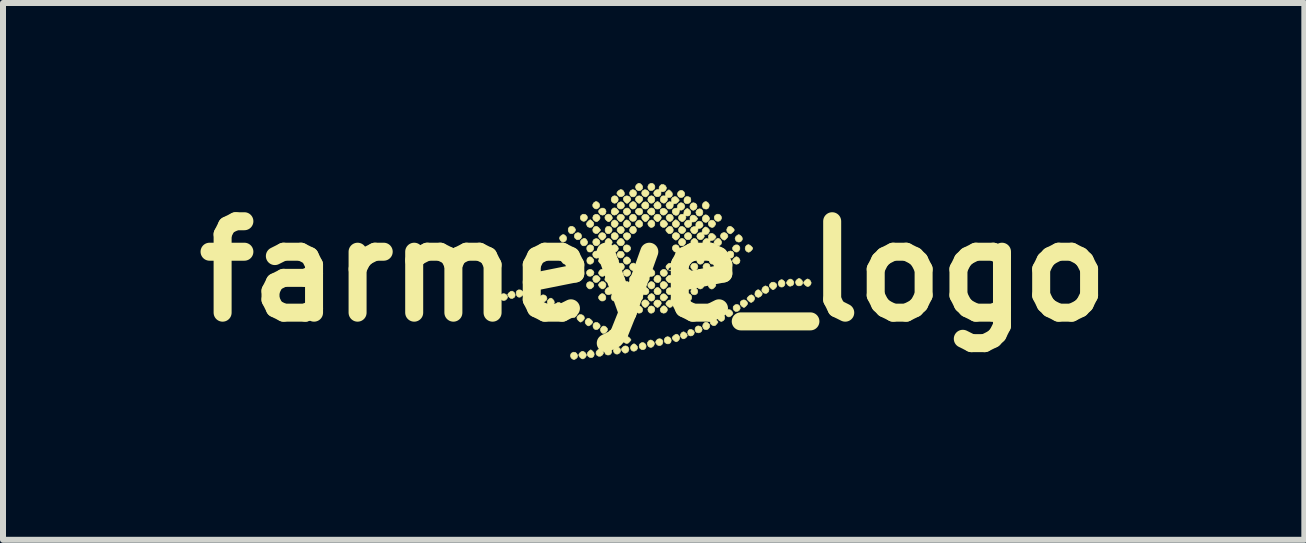
<source format=kicad_pcb>
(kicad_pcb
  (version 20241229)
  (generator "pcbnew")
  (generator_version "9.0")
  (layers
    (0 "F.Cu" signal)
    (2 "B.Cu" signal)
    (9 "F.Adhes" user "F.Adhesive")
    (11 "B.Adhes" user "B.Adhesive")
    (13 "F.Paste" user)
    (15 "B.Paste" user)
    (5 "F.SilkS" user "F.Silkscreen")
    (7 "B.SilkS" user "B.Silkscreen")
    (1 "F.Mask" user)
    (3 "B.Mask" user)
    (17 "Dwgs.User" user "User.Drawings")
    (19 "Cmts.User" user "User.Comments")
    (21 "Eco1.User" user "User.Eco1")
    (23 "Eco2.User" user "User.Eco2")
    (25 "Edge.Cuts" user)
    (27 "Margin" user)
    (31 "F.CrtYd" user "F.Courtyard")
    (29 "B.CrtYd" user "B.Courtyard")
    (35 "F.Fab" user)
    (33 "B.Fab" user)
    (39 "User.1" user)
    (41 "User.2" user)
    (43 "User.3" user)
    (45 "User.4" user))
  (footprint "farmeye_logo"
    (layer "F.Cu")
    (at 7.845 1.472)
    (property "Reference" "farmeye_logo" (at 0 0 0) (layer "F.SilkS") (effects (font (size 1.524 1.524) (thickness 0.3))))
    (attr through_hole)
    (fp_poly (pts (xy 0.265 -0.016) (xy 0.259 -0.011) (xy 0.254 -0.016) (xy 0.259 -0.021) (xy 0.265 -0.016)) (stroke (width 0.01) (type solid)) (fill yes) (layer "F.SilkS"))
    (fp_poly (pts (xy 0.286 -0.016) (xy 0.28 -0.011) (xy 0.275 -0.016) (xy 0.28 -0.021) (xy 0.286 -0.016)) (stroke (width 0.01) (type solid)) (fill yes) (layer "F.SilkS"))
    (fp_poly (pts (xy -0.429 -0.238) (xy -0.404 -0.219) (xy -0.384 -0.189) (xy -0.385 -0.162) (xy -0.402 -0.138) (xy -0.432 -0.12) (xy -0.464 -0.119) (xy -0.49 -0.136) (xy -0.506 -0.167) (xy -0.502 -0.2) (xy -0.487 -0.222) (xy -0.458 -0.241) (xy -0.429 -0.238)) (stroke (width 0.01) (type solid)) (fill yes) (layer "F.SilkS"))
    (fp_poly (pts (xy -0.163 1.192) (xy -0.139 1.212) (xy -0.126 1.243) (xy -0.13 1.272) (xy -0.147 1.295) (xy -0.175 1.307) (xy -0.201 1.304) (xy -0.227 1.287) (xy -0.241 1.259) (xy -0.24 1.228) (xy -0.224 1.203) (xy -0.194 1.187) (xy -0.163 1.192)) (stroke (width 0.01) (type solid)) (fill yes) (layer "F.SilkS"))
    (fp_poly (pts (xy 0.288 -0.948) (xy 0.312 -0.931) (xy 0.326 -0.906) (xy 0.326 -0.877) (xy 0.315 -0.855) (xy 0.287 -0.833) (xy 0.257 -0.832) (xy 0.227 -0.851) (xy 0.208 -0.882) (xy 0.209 -0.912) (xy 0.231 -0.939) (xy 0.26 -0.952) (xy 0.288 -0.948)) (stroke (width 0.01) (type solid)) (fill yes) (layer "F.SilkS"))
    (fp_poly (pts (xy 0.4 -0.84) (xy 0.426 -0.813) (xy 0.431 -0.786) (xy 0.419 -0.756) (xy 0.394 -0.735) (xy 0.363 -0.73) (xy 0.335 -0.742) (xy 0.322 -0.756) (xy 0.309 -0.787) (xy 0.316 -0.814) (xy 0.341 -0.84) (xy 0.37 -0.861) (xy 0.4 -0.84)) (stroke (width 0.01) (type solid)) (fill yes) (layer "F.SilkS"))
    (fp_poly (pts (xy 0.706 0.282) (xy 0.729 0.309) (xy 0.735 0.339) (xy 0.727 0.366) (xy 0.705 0.386) (xy 0.677 0.392) (xy 0.65 0.385) (xy 0.633 0.373) (xy 0.619 0.342) (xy 0.625 0.31) (xy 0.648 0.282) (xy 0.677 0.26) (xy 0.706 0.282)) (stroke (width 0.01) (type solid)) (fill yes) (layer "F.SilkS"))
    (fp_poly (pts (xy 1.026 0.792) (xy 1.051 0.818) (xy 1.073 0.847) (xy 1.051 0.876) (xy 1.028 0.901) (xy 1.004 0.907) (xy 0.974 0.897) (xy 0.95 0.875) (xy 0.942 0.846) (xy 0.95 0.817) (xy 0.967 0.799) (xy 0.999 0.786) (xy 1.026 0.792)) (stroke (width 0.01) (type solid)) (fill yes) (layer "F.SilkS"))
    (fp_poly (pts (xy -1.705 0.449) (xy -1.685 0.463) (xy -1.662 0.49) (xy -1.656 0.519) (xy -1.666 0.547) (xy -1.688 0.566) (xy -1.716 0.572) (xy -1.747 0.562) (xy -1.763 0.546) (xy -1.774 0.513) (xy -1.765 0.482) (xy -1.74 0.458) (xy -1.72 0.448) (xy -1.705 0.449)) (stroke (width 0.01) (type solid)) (fill yes) (layer "F.SilkS"))
    (fp_poly (pts (xy -1.656 -0.438) (xy -1.628 -0.421) (xy -1.615 -0.399) (xy -1.61 -0.376) (xy -1.619 -0.356) (xy -1.63 -0.344) (xy -1.659 -0.322) (xy -1.688 -0.321) (xy -1.714 -0.339) (xy -1.733 -0.369) (xy -1.732 -0.402) (xy -1.715 -0.429) (xy -1.687 -0.441) (xy -1.656 -0.438)) (stroke (width 0.01) (type solid)) (fill yes) (layer "F.SilkS"))
    (fp_poly (pts (xy -1.351 -0.748) (xy -1.323 -0.73) (xy -1.304 -0.701) (xy -1.307 -0.673) (xy -1.326 -0.647) (xy -1.355 -0.628) (xy -1.382 -0.628) (xy -1.399 -0.635) (xy -1.414 -0.653) (xy -1.424 -0.678) (xy -1.423 -0.712) (xy -1.407 -0.737) (xy -1.381 -0.75) (xy -1.351 -0.748)) (stroke (width 0.01) (type solid)) (fill yes) (layer "F.SilkS"))
    (fp_poly (pts (xy -1.306 1.352) (xy -1.283 1.37) (xy -1.267 1.403) (xy -1.273 1.433) (xy -1.295 1.456) (xy -1.32 1.469) (xy -1.342 1.467) (xy -1.363 1.455) (xy -1.381 1.431) (xy -1.386 1.401) (xy -1.377 1.373) (xy -1.369 1.364) (xy -1.337 1.348) (xy -1.306 1.352)) (stroke (width 0.01) (type solid)) (fill yes) (layer "F.SilkS"))
    (fp_poly (pts (xy -1.25 -0.03) (xy -1.225 -0.017) (xy -1.208 0.006) (xy -1.204 0.035) (xy -1.21 0.052) (xy -1.233 0.079) (xy -1.265 0.088) (xy -1.292 0.081) (xy -1.313 0.06) (xy -1.322 0.03) (xy -1.317 -0.000183) (xy -1.307 -0.015) (xy -1.279 -0.03) (xy -1.25 -0.03)) (stroke (width 0.01) (type solid)) (fill yes) (layer "F.SilkS"))
    (fp_poly (pts (xy -1.246 -0.642) (xy -1.221 -0.628) (xy -1.205 -0.606) (xy -1.202 -0.578) (xy -1.21 -0.556) (xy -1.236 -0.532) (xy -1.267 -0.526) (xy -1.287 -0.532) (xy -1.314 -0.556) (xy -1.323 -0.586) (xy -1.314 -0.616) (xy -1.303 -0.629) (xy -1.275 -0.643) (xy -1.246 -0.642)) (stroke (width 0.01) (type solid)) (fill yes) (layer "F.SilkS"))
    (fp_poly (pts (xy -1.135 -0.945) (xy -1.114 -0.927) (xy -1.104 -0.902) (xy -1.109 -0.873) (xy -1.131 -0.844) (xy -1.161 -0.833) (xy -1.183 -0.837) (xy -1.211 -0.857) (xy -1.223 -0.886) (xy -1.217 -0.919) (xy -1.213 -0.926) (xy -1.19 -0.947) (xy -1.162 -0.952) (xy -1.135 -0.945)) (stroke (width 0.01) (type solid)) (fill yes) (layer "F.SilkS"))
    (fp_poly (pts (xy -1.042 0.176) (xy -1.015 0.193) (xy -1.001 0.215) (xy -0.997 0.238) (xy -1.005 0.258) (xy -1.016 0.27) (xy -1.045 0.292) (xy -1.074 0.293) (xy -1.101 0.275) (xy -1.119 0.245) (xy -1.118 0.212) (xy -1.101 0.185) (xy -1.073 0.173) (xy -1.042 0.176)) (stroke (width 0.01) (type solid)) (fill yes) (layer "F.SilkS"))
    (fp_poly (pts (xy -1.038 -0.236) (xy -1.018 -0.219) (xy -0.998 -0.189) (xy -0.999 -0.162) (xy -1.016 -0.138) (xy -1.046 -0.119) (xy -1.078 -0.121) (xy -1.095 -0.131) (xy -1.111 -0.154) (xy -1.114 -0.185) (xy -1.106 -0.214) (xy -1.094 -0.227) (xy -1.065 -0.242) (xy -1.038 -0.236)) (stroke (width 0.01) (type solid)) (fill yes) (layer "F.SilkS"))
    (fp_poly (pts (xy -1.029 -0.84) (xy -1.003 -0.813) (xy -0.997 -0.786) (xy -1.01 -0.756) (xy -1.035 -0.735) (xy -1.066 -0.731) (xy -1.096 -0.742) (xy -1.105 -0.751) (xy -1.119 -0.779) (xy -1.114 -0.81) (xy -1.089 -0.838) (xy -1.087 -0.84) (xy -1.058 -0.861) (xy -1.029 -0.84)) (stroke (width 0.01) (type solid)) (fill yes) (layer "F.SilkS"))
    (fp_poly (pts (xy -1.019 1.33) (xy -0.997 1.356) (xy -0.991 1.386) (xy -0.999 1.414) (xy -1.019 1.433) (xy -1.044 1.439) (xy -1.07 1.432) (xy -1.091 1.418) (xy -1.108 1.389) (xy -1.104 1.36) (xy -1.08 1.332) (xy -1.077 1.33) (xy -1.048 1.308) (xy -1.019 1.33)) (stroke (width 0.01) (type solid)) (fill yes) (layer "F.SilkS"))
    (fp_poly (pts (xy -0.926 -0.537) (xy -0.904 -0.513) (xy -0.895 -0.485) (xy -0.903 -0.459) (xy -0.922 -0.438) (xy -0.948 -0.426) (xy -0.976 -0.428) (xy -0.998 -0.443) (xy -1.014 -0.473) (xy -1.013 -0.505) (xy -0.995 -0.532) (xy -0.99 -0.535) (xy -0.957 -0.546) (xy -0.926 -0.537)) (stroke (width 0.01) (type solid)) (fill yes) (layer "F.SilkS"))
    (fp_poly (pts (xy -0.92 -0.33) (xy -0.901 -0.306) (xy -0.897 -0.28) (xy -0.905 -0.247) (xy -0.926 -0.225) (xy -0.955 -0.218) (xy -0.98 -0.225) (xy -1.007 -0.249) (xy -1.016 -0.278) (xy -1.011 -0.306) (xy -0.991 -0.328) (xy -0.959 -0.338) (xy -0.953 -0.339) (xy -0.92 -0.33)) (stroke (width 0.01) (type solid)) (fill yes) (layer "F.SilkS"))
    (fp_poly (pts (xy -0.839 0.376) (xy -0.813 0.395) (xy -0.798 0.424) (xy -0.798 0.455) (xy -0.81 0.476) (xy -0.839 0.494) (xy -0.871 0.494) (xy -0.9 0.476) (xy -0.918 0.448) (xy -0.916 0.42) (xy -0.894 0.391) (xy -0.872 0.375) (xy -0.852 0.373) (xy -0.839 0.376)) (stroke (width 0.01) (type solid)) (fill yes) (layer "F.SilkS"))
    (fp_poly (pts (xy -0.819 0.914) (xy -0.797 0.926) (xy -0.773 0.952) (xy -0.77 0.981) (xy -0.787 1.011) (xy -0.789 1.012) (xy -0.82 1.033) (xy -0.849 1.034) (xy -0.871 1.018) (xy -0.887 0.987) (xy -0.883 0.954) (xy -0.868 0.931) (xy -0.843 0.913) (xy -0.819 0.914)) (stroke (width 0.01) (type solid)) (fill yes) (layer "F.SilkS"))
    (fp_poly (pts (xy -0.637 -0.644) (xy -0.611 -0.63) (xy -0.594 -0.608) (xy -0.59 -0.579) (xy -0.596 -0.561) (xy -0.62 -0.535) (xy -0.651 -0.526) (xy -0.678 -0.533) (xy -0.699 -0.554) (xy -0.708 -0.584) (xy -0.703 -0.614) (xy -0.693 -0.628) (xy -0.666 -0.644) (xy -0.637 -0.644)) (stroke (width 0.01) (type solid)) (fill yes) (layer "F.SilkS"))
    (fp_poly (pts (xy -0.627 -0.031) (xy -0.603 -0.012) (xy -0.59 0.016) (xy -0.59 0.042) (xy -0.609 0.069) (xy -0.637 0.082) (xy -0.669 0.082) (xy -0.692 0.068) (xy -0.708 0.041) (xy -0.707 0.011) (xy -0.692 -0.014) (xy -0.668 -0.031) (xy -0.638 -0.034) (xy -0.627 -0.031)) (stroke (width 0.01) (type solid)) (fill yes) (layer "F.SilkS"))
    (fp_poly (pts (xy -0.581 1.269) (xy -0.559 1.291) (xy -0.55 1.319) (xy -0.559 1.349) (xy -0.581 1.372) (xy -0.609 1.381) (xy -0.638 1.375) (xy -0.662 1.351) (xy -0.671 1.322) (xy -0.664 1.293) (xy -0.644 1.27) (xy -0.612 1.26) (xy -0.608 1.26) (xy -0.581 1.269)) (stroke (width 0.01) (type solid)) (fill yes) (layer "F.SilkS"))
    (fp_poly (pts (xy -0.567 1.033) (xy -0.537 1.049) (xy -0.523 1.075) (xy -0.528 1.107) (xy -0.533 1.116) (xy -0.556 1.138) (xy -0.584 1.14) (xy -0.611 1.127) (xy -0.631 1.103) (xy -0.634 1.076) (xy -0.623 1.051) (xy -0.601 1.035) (xy -0.571 1.032) (xy -0.567 1.033)) (stroke (width 0.01) (type solid)) (fill yes) (layer "F.SilkS"))
    (fp_poly (pts (xy -0.521 -1.152) (xy -0.5 -1.133) (xy -0.489 -1.107) (xy -0.49 -1.079) (xy -0.506 -1.055) (xy -0.537 -1.039) (xy -0.569 -1.04) (xy -0.595 -1.058) (xy -0.599 -1.063) (xy -0.61 -1.096) (xy -0.6 -1.127) (xy -0.577 -1.149) (xy -0.547 -1.159) (xy -0.521 -1.152)) (stroke (width 0.01) (type solid)) (fill yes) (layer "F.SilkS"))
    (fp_poly (pts (xy -0.507 -0.733) (xy -0.492 -0.708) (xy -0.49 -0.679) (xy -0.504 -0.65) (xy -0.508 -0.646) (xy -0.537 -0.627) (xy -0.565 -0.63) (xy -0.591 -0.649) (xy -0.61 -0.68) (xy -0.608 -0.71) (xy -0.588 -0.734) (xy -0.563 -0.745) (xy -0.531 -0.747) (xy -0.507 -0.733)) (stroke (width 0.01) (type solid)) (fill yes) (layer "F.SilkS"))
    (fp_poly (pts (xy -0.433 0.377) (xy -0.406 0.392) (xy -0.386 0.415) (xy -0.381 0.433) (xy -0.391 0.463) (xy -0.415 0.483) (xy -0.447 0.491) (xy -0.473 0.487) (xy -0.496 0.468) (xy -0.505 0.441) (xy -0.501 0.412) (xy -0.484 0.387) (xy -0.459 0.375) (xy -0.433 0.377)) (stroke (width 0.01) (type solid)) (fill yes) (layer "F.SilkS"))
    (fp_poly (pts (xy -0.428 -0.438) (xy -0.401 -0.421) (xy -0.387 -0.399) (xy -0.383 -0.376) (xy -0.392 -0.356) (xy -0.402 -0.344) (xy -0.432 -0.322) (xy -0.46 -0.321) (xy -0.487 -0.339) (xy -0.505 -0.369) (xy -0.504 -0.402) (xy -0.487 -0.429) (xy -0.459 -0.441) (xy -0.428 -0.438)) (stroke (width 0.01) (type solid)) (fill yes) (layer "F.SilkS"))
    (fp_poly (pts (xy -0.428 1.091) (xy -0.399 1.113) (xy -0.399 1.114) (xy -0.377 1.143) (xy -0.399 1.172) (xy -0.426 1.198) (xy -0.456 1.203) (xy -0.484 1.19) (xy -0.502 1.167) (xy -0.508 1.138) (xy -0.501 1.11) (xy -0.493 1.101) (xy -0.461 1.087) (xy -0.428 1.091)) (stroke (width 0.01) (type solid)) (fill yes) (layer "F.SilkS"))
    (fp_poly (pts (xy -0.404 -1.037) (xy -0.403 -1.036) (xy -0.384 -1.006) (xy -0.385 -0.98) (xy -0.403 -0.957) (xy -0.435 -0.937) (xy -0.466 -0.938) (xy -0.487 -0.953) (xy -0.505 -0.982) (xy -0.504 -1.013) (xy -0.486 -1.038) (xy -0.454 -1.053) (xy -0.427 -1.053) (xy -0.404 -1.037)) (stroke (width 0.01) (type solid)) (fill yes) (layer "F.SilkS"))
    (fp_poly (pts (xy -0.312 -0.943) (xy -0.292 -0.919) (xy -0.286 -0.89) (xy -0.294 -0.857) (xy -0.317 -0.837) (xy -0.35 -0.833) (xy -0.368 -0.837) (xy -0.394 -0.856) (xy -0.404 -0.882) (xy -0.401 -0.91) (xy -0.386 -0.935) (xy -0.36 -0.95) (xy -0.342 -0.952) (xy -0.312 -0.943)) (stroke (width 0.01) (type solid)) (fill yes) (layer "F.SilkS"))
    (fp_poly (pts (xy -0.311 -1.35) (xy -0.29 -1.325) (xy -0.286 -1.302) (xy -0.294 -1.27) (xy -0.315 -1.248) (xy -0.342 -1.24) (xy -0.371 -1.246) (xy -0.385 -1.258) (xy -0.4 -1.287) (xy -0.399 -1.318) (xy -0.385 -1.344) (xy -0.359 -1.359) (xy -0.343 -1.361) (xy -0.311 -1.35)) (stroke (width 0.01) (type solid)) (fill yes) (layer "F.SilkS"))
    (fp_poly (pts (xy -0.006 0.588) (xy 0.014 0.611) (xy 0.019 0.628) (xy 0.015 0.66) (xy -0.004 0.685) (xy -0.031 0.698) (xy -0.06 0.696) (xy -0.07 0.69) (xy -0.091 0.665) (xy -0.097 0.634) (xy -0.087 0.603) (xy -0.064 0.582) (xy -0.034 0.577) (xy -0.006 0.588)) (stroke (width 0.01) (type solid)) (fill yes) (layer "F.SilkS"))
    (fp_poly (pts (xy 0.185 0.378) (xy 0.213 0.402) (xy 0.215 0.405) (xy 0.237 0.434) (xy 0.215 0.463) (xy 0.187 0.489) (xy 0.158 0.494) (xy 0.13 0.481) (xy 0.11 0.456) (xy 0.108 0.426) (xy 0.124 0.395) (xy 0.128 0.391) (xy 0.156 0.374) (xy 0.185 0.378)) (stroke (width 0.01) (type solid)) (fill yes) (layer "F.SilkS"))
    (fp_poly (pts (xy 0.256 1.095) (xy 0.281 1.116) (xy 0.281 1.116) (xy 0.293 1.148) (xy 0.287 1.178) (xy 0.269 1.2) (xy 0.241 1.21) (xy 0.215 1.206) (xy 0.187 1.186) (xy 0.175 1.156) (xy 0.179 1.129) (xy 0.199 1.102) (xy 0.226 1.09) (xy 0.256 1.095)) (stroke (width 0.01) (type solid)) (fill yes) (layer "F.SilkS"))
    (fp_poly (pts (xy 0.388 -0.44) (xy 0.412 -0.425) (xy 0.425 -0.398) (xy 0.427 -0.368) (xy 0.417 -0.341) (xy 0.397 -0.324) (xy 0.369 -0.318) (xy 0.347 -0.327) (xy 0.329 -0.343) (xy 0.312 -0.373) (xy 0.313 -0.402) (xy 0.328 -0.427) (xy 0.355 -0.441) (xy 0.388 -0.44)) (stroke (width 0.01) (type solid)) (fill yes) (layer "F.SilkS"))
    (fp_poly (pts (xy 0.41 -0.017) (xy 0.429 0.007) (xy 0.434 0.028) (xy 0.425 0.055) (xy 0.403 0.074) (xy 0.374 0.084) (xy 0.346 0.082) (xy 0.329 0.07) (xy 0.314 0.039) (xy 0.314 0.007) (xy 0.325 -0.013) (xy 0.351 -0.029) (xy 0.382 -0.03) (xy 0.41 -0.017)) (stroke (width 0.01) (type solid)) (fill yes) (layer "F.SilkS"))
    (fp_poly (pts (xy 0.485 -1.342) (xy 0.506 -1.323) (xy 0.517 -1.298) (xy 0.515 -1.269) (xy 0.499 -1.245) (xy 0.469 -1.229) (xy 0.437 -1.231) (xy 0.41 -1.249) (xy 0.407 -1.254) (xy 0.396 -1.286) (xy 0.405 -1.317) (xy 0.429 -1.34) (xy 0.458 -1.349) (xy 0.485 -1.342)) (stroke (width 0.01) (type solid)) (fill yes) (layer "F.SilkS"))
    (fp_poly (pts (xy 0.498 -0.54) (xy 0.525 -0.516) (xy 0.534 -0.487) (xy 0.528 -0.463) (xy 0.504 -0.434) (xy 0.475 -0.423) (xy 0.445 -0.43) (xy 0.43 -0.443) (xy 0.414 -0.474) (xy 0.418 -0.507) (xy 0.434 -0.529) (xy 0.457 -0.547) (xy 0.479 -0.548) (xy 0.498 -0.54)) (stroke (width 0.01) (type solid)) (fill yes) (layer "F.SilkS"))
    (fp_poly (pts (xy 0.609 -0.228) (xy 0.63 -0.204) (xy 0.635 -0.172) (xy 0.623 -0.142) (xy 0.616 -0.134) (xy 0.588 -0.118) (xy 0.558 -0.123) (xy 0.548 -0.128) (xy 0.522 -0.152) (xy 0.514 -0.181) (xy 0.523 -0.206) (xy 0.55 -0.233) (xy 0.581 -0.239) (xy 0.609 -0.228)) (stroke (width 0.01) (type solid)) (fill yes) (layer "F.SilkS"))
    (fp_poly (pts (xy 0.792 -1.036) (xy 0.812 -1.016) (xy 0.821 -0.989) (xy 0.816 -0.958) (xy 0.811 -0.947) (xy 0.786 -0.925) (xy 0.755 -0.92) (xy 0.726 -0.933) (xy 0.714 -0.947) (xy 0.703 -0.98) (xy 0.712 -1.01) (xy 0.735 -1.033) (xy 0.765 -1.042) (xy 0.792 -1.036)) (stroke (width 0.01) (type solid)) (fill yes) (layer "F.SilkS"))
    (fp_poly (pts (xy 0.809 -0.23) (xy 0.832 -0.206) (xy 0.841 -0.178) (xy 0.833 -0.152) (xy 0.814 -0.131) (xy 0.788 -0.119) (xy 0.76 -0.121) (xy 0.737 -0.136) (xy 0.721 -0.166) (xy 0.723 -0.198) (xy 0.741 -0.225) (xy 0.746 -0.228) (xy 0.778 -0.239) (xy 0.809 -0.23)) (stroke (width 0.01) (type solid)) (fill yes) (layer "F.SilkS"))
    (fp_poly (pts (xy 0.883 -1.159) (xy 0.909 -1.139) (xy 0.926 -1.108) (xy 0.922 -1.074) (xy 0.908 -1.05) (xy 0.886 -1.038) (xy 0.857 -1.039) (xy 0.831 -1.05) (xy 0.821 -1.061) (xy 0.809 -1.093) (xy 0.817 -1.124) (xy 0.83 -1.142) (xy 0.856 -1.161) (xy 0.883 -1.159)) (stroke (width 0.01) (type solid)) (fill yes) (layer "F.SilkS"))
    (fp_poly (pts (xy 0.9 0.857) (xy 0.927 0.881) (xy 0.936 0.91) (xy 0.93 0.934) (xy 0.906 0.963) (xy 0.877 0.974) (xy 0.848 0.967) (xy 0.832 0.954) (xy 0.817 0.923) (xy 0.821 0.89) (xy 0.836 0.868) (xy 0.859 0.85) (xy 0.881 0.849) (xy 0.9 0.857)) (stroke (width 0.01) (type solid)) (fill yes) (layer "F.SilkS"))
    (fp_poly (pts (xy 0.903 -0.132) (xy 0.927 -0.116) (xy 0.94 -0.09) (xy 0.938 -0.06) (xy 0.921 -0.032) (xy 0.896 -0.014) (xy 0.871 -0.014) (xy 0.855 -0.022) (xy 0.83 -0.046) (xy 0.821 -0.075) (xy 0.829 -0.104) (xy 0.851 -0.126) (xy 0.87 -0.133) (xy 0.903 -0.132)) (stroke (width 0.01) (type solid)) (fill yes) (layer "F.SilkS"))
    (fp_poly (pts (xy 0.994 -0.028) (xy 1.02 -0.006) (xy 1.03 0.022) (xy 1.025 0.05) (xy 1.007 0.072) (xy 0.977 0.083) (xy 0.945 0.079) (xy 0.927 0.069) (xy 0.912 0.041) (xy 0.912 0.012) (xy 0.925 -0.013) (xy 0.948 -0.03) (xy 0.977 -0.034) (xy 0.994 -0.028)) (stroke (width 0.01) (type solid)) (fill yes) (layer "F.SilkS"))
    (fp_poly (pts (xy 1.005 -0.236) (xy 1.025 -0.219) (xy 1.044 -0.189) (xy 1.044 -0.162) (xy 1.027 -0.138) (xy 0.996 -0.119) (xy 0.965 -0.121) (xy 0.947 -0.131) (xy 0.932 -0.154) (xy 0.928 -0.185) (xy 0.937 -0.214) (xy 0.948 -0.227) (xy 0.978 -0.242) (xy 1.005 -0.236)) (stroke (width 0.01) (type solid)) (fill yes) (layer "F.SilkS"))
    (fp_poly (pts (xy 1.313 -0.33) (xy 1.332 -0.306) (xy 1.336 -0.28) (xy 1.328 -0.247) (xy 1.307 -0.225) (xy 1.278 -0.218) (xy 1.253 -0.225) (xy 1.227 -0.249) (xy 1.217 -0.278) (xy 1.222 -0.306) (xy 1.242 -0.328) (xy 1.274 -0.338) (xy 1.28 -0.339) (xy 1.313 -0.33)) (stroke (width 0.01) (type solid)) (fill yes) (layer "F.SilkS"))
    (fp_poly (pts (xy 1.418 -0.429) (xy 1.436 -0.4) (xy 1.436 -0.367) (xy 1.418 -0.339) (xy 1.39 -0.32) (xy 1.361 -0.323) (xy 1.333 -0.344) (xy 1.317 -0.366) (xy 1.315 -0.386) (xy 1.318 -0.399) (xy 1.337 -0.425) (xy 1.366 -0.44) (xy 1.397 -0.44) (xy 1.418 -0.429)) (stroke (width 0.01) (type solid)) (fill yes) (layer "F.SilkS"))
    (fp_poly (pts (xy -2.479 0.376) (xy -2.452 0.394) (xy -2.446 0.404) (xy -2.436 0.426) (xy -2.439 0.444) (xy -2.448 0.459) (xy -2.473 0.481) (xy -2.505 0.487) (xy -2.535 0.475) (xy -2.544 0.467) (xy -2.56 0.437) (xy -2.555 0.406) (xy -2.541 0.387) (xy -2.511 0.373) (xy -2.479 0.376)) (stroke (width 0.01) (type solid)) (fill yes) (layer "F.SilkS"))
    (fp_poly (pts (xy -2.329 0.349) (xy -2.328 0.349) (xy -2.31 0.379) (xy -2.31 0.411) (xy -2.327 0.438) (xy -2.357 0.453) (xy -2.387 0.449) (xy -2.412 0.427) (xy -2.429 0.402) (xy -2.432 0.384) (xy -2.418 0.364) (xy -2.408 0.354) (xy -2.38 0.333) (xy -2.355 0.331) (xy -2.329 0.349)) (stroke (width 0.01) (type solid)) (fill yes) (layer "F.SilkS"))
    (fp_poly (pts (xy -1.945 0.35) (xy -1.931 0.36) (xy -1.909 0.388) (xy -1.908 0.415) (xy -1.927 0.443) (xy -1.946 0.459) (xy -1.966 0.463) (xy -1.993 0.458) (xy -2.013 0.443) (xy -2.025 0.416) (xy -2.024 0.384) (xy -2.022 0.376) (xy -2.003 0.351) (xy -1.975 0.342) (xy -1.945 0.35)) (stroke (width 0.01) (type solid)) (fill yes) (layer "F.SilkS"))
    (fp_poly (pts (xy -1.82 0.396) (xy -1.797 0.411) (xy -1.782 0.433) (xy -1.779 0.459) (xy -1.792 0.484) (xy -1.797 0.489) (xy -1.821 0.507) (xy -1.839 0.512) (xy -1.86 0.507) (xy -1.886 0.488) (xy -1.897 0.459) (xy -1.893 0.428) (xy -1.875 0.405) (xy -1.847 0.392) (xy -1.82 0.396)) (stroke (width 0.01) (type solid)) (fill yes) (layer "F.SilkS"))
    (fp_poly (pts (xy -1.445 0.59) (xy -1.422 0.607) (xy -1.403 0.628) (xy -1.397 0.644) (xy -1.406 0.675) (xy -1.428 0.696) (xy -1.458 0.705) (xy -1.488 0.698) (xy -1.503 0.688) (xy -1.519 0.663) (xy -1.519 0.637) (xy -1.505 0.608) (xy -1.482 0.588) (xy -1.465 0.582) (xy -1.445 0.59)) (stroke (width 0.01) (type solid)) (fill yes) (layer "F.SilkS"))
    (fp_poly (pts (xy -1.429 -0.223) (xy -1.429 -0.222) (xy -1.411 -0.192) (xy -1.411 -0.16) (xy -1.427 -0.134) (xy -1.458 -0.118) (xy -1.491 -0.122) (xy -1.513 -0.138) (xy -1.532 -0.164) (xy -1.53 -0.189) (xy -1.509 -0.217) (xy -1.509 -0.217) (xy -1.48 -0.239) (xy -1.455 -0.241) (xy -1.429 -0.223)) (stroke (width 0.01) (type solid)) (fill yes) (layer "F.SilkS"))
    (fp_poly (pts (xy -1.334 -0.33) (xy -1.313 -0.308) (xy -1.307 -0.278) (xy -1.316 -0.248) (xy -1.321 -0.241) (xy -1.346 -0.226) (xy -1.376 -0.224) (xy -1.403 -0.234) (xy -1.409 -0.24) (xy -1.423 -0.27) (xy -1.42 -0.301) (xy -1.403 -0.325) (xy -1.374 -0.338) (xy -1.365 -0.339) (xy -1.334 -0.33)) (stroke (width 0.01) (type solid)) (fill yes) (layer "F.SilkS"))
    (fp_poly (pts (xy -1.305 0.661) (xy -1.284 0.682) (xy -1.278 0.711) (xy -1.29 0.742) (xy -1.293 0.746) (xy -1.32 0.768) (xy -1.351 0.771) (xy -1.378 0.755) (xy -1.379 0.753) (xy -1.395 0.724) (xy -1.394 0.694) (xy -1.379 0.668) (xy -1.352 0.655) (xy -1.341 0.654) (xy -1.305 0.661)) (stroke (width 0.01) (type solid)) (fill yes) (layer "F.SilkS"))
    (fp_poly (pts (xy -1.028 -0.024) (xy -1.005 -0.004) (xy -0.995 0.02) (xy -0.995 0.022) (xy -1.004 0.053) (xy -1.026 0.074) (xy -1.056 0.083) (xy -1.086 0.079) (xy -1.104 0.065) (xy -1.119 0.036) (xy -1.117 0.007) (xy -1.099 -0.018) (xy -1.069 -0.031) (xy -1.056 -0.032) (xy -1.028 -0.024)) (stroke (width 0.01) (type solid)) (fill yes) (layer "F.SilkS"))
    (fp_poly (pts (xy -0.952 -0.75) (xy -0.929 -0.739) (xy -0.907 -0.718) (xy -0.907 -0.717) (xy -0.885 -0.688) (xy -0.907 -0.659) (xy -0.934 -0.633) (xy -0.964 -0.628) (xy -0.992 -0.641) (xy -1.011 -0.664) (xy -1.015 -0.693) (xy -1.006 -0.721) (xy -0.986 -0.742) (xy -0.959 -0.75) (xy -0.952 -0.75)) (stroke (width 0.01) (type solid)) (fill yes) (layer "F.SilkS"))
    (fp_poly (pts (xy -0.948 -1.16) (xy -0.933 -1.153) (xy -0.909 -1.13) (xy -0.9 -1.1) (xy -0.907 -1.071) (xy -0.923 -1.054) (xy -0.949 -1.04) (xy -0.97 -1.041) (xy -0.992 -1.054) (xy -1.013 -1.079) (xy -1.016 -1.109) (xy -1.002 -1.138) (xy -0.988 -1.15) (xy -0.966 -1.162) (xy -0.948 -1.16)) (stroke (width 0.01) (type solid)) (fill yes) (layer "F.SilkS"))
    (fp_poly (pts (xy -0.94 0.853) (xy -0.914 0.869) (xy -0.893 0.897) (xy -0.893 0.923) (xy -0.913 0.95) (xy -0.913 0.951) (xy -0.942 0.97) (xy -0.969 0.971) (xy -0.986 0.963) (xy -1.002 0.945) (xy -1.01 0.926) (xy -1.01 0.892) (xy -0.995 0.866) (xy -0.97 0.852) (xy -0.94 0.853)) (stroke (width 0.01) (type solid)) (fill yes) (layer "F.SilkS"))
    (fp_poly (pts (xy -0.927 0.077) (xy -0.903 0.102) (xy -0.892 0.121) (xy -0.894 0.137) (xy -0.907 0.157) (xy -0.934 0.181) (xy -0.964 0.188) (xy -0.992 0.177) (xy -0.998 0.172) (xy -1.014 0.141) (xy -1.013 0.109) (xy -0.995 0.082) (xy -0.99 0.079) (xy -0.957 0.068) (xy -0.927 0.077)) (stroke (width 0.01) (type solid)) (fill yes) (layer "F.SilkS"))
    (fp_poly (pts (xy -0.872 1.307) (xy -0.862 1.317) (xy -0.841 1.345) (xy -0.839 1.37) (xy -0.857 1.396) (xy -0.857 1.397) (xy -0.887 1.415) (xy -0.919 1.415) (xy -0.946 1.399) (xy -0.961 1.369) (xy -0.957 1.338) (xy -0.935 1.313) (xy -0.91 1.296) (xy -0.892 1.294) (xy -0.872 1.307)) (stroke (width 0.01) (type solid)) (fill yes) (layer "F.SilkS"))
    (fp_poly (pts (xy -0.835 -1.052) (xy -0.81 -1.036) (xy -0.795 -1.008) (xy -0.794 -0.995) (xy -0.802 -0.963) (xy -0.824 -0.943) (xy -0.852 -0.936) (xy -0.882 -0.944) (xy -0.9 -0.96) (xy -0.917 -0.987) (xy -0.917 -1.009) (xy -0.901 -1.031) (xy -0.895 -1.036) (xy -0.866 -1.053) (xy -0.835 -1.052)) (stroke (width 0.01) (type solid)) (fill yes) (layer "F.SilkS"))
    (fp_poly (pts (xy -0.832 -0.028) (xy -0.808 -0.004) (xy -0.802 0.006) (xy -0.798 0.036) (xy -0.811 0.063) (xy -0.837 0.081) (xy -0.857 0.085) (xy -0.888 0.076) (xy -0.906 0.058) (xy -0.918 0.033) (xy -0.914 0.01) (xy -0.912 0.005) (xy -0.89 -0.023) (xy -0.861 -0.034) (xy -0.832 -0.028)) (stroke (width 0.01) (type solid)) (fill yes) (layer "F.SilkS"))
    (fp_poly (pts (xy -0.811 0.189) (xy -0.795 0.22) (xy -0.799 0.253) (xy -0.815 0.275) (xy -0.841 0.293) (xy -0.866 0.292) (xy -0.894 0.271) (xy -0.895 0.27) (xy -0.916 0.242) (xy -0.918 0.217) (xy -0.9 0.191) (xy -0.9 0.191) (xy -0.869 0.172) (xy -0.837 0.172) (xy -0.811 0.189)) (stroke (width 0.01) (type solid)) (fill yes) (layer "F.SilkS"))
    (fp_poly (pts (xy -0.739 -0.544) (xy -0.722 -0.533) (xy -0.696 -0.505) (xy -0.691 -0.476) (xy -0.707 -0.447) (xy -0.708 -0.445) (xy -0.739 -0.427) (xy -0.771 -0.426) (xy -0.798 -0.444) (xy -0.811 -0.472) (xy -0.808 -0.503) (xy -0.79 -0.531) (xy -0.777 -0.54) (xy -0.757 -0.548) (xy -0.739 -0.544)) (stroke (width 0.01) (type solid)) (fill yes) (layer "F.SilkS"))
    (fp_poly (pts (xy -0.733 -0.334) (xy -0.706 -0.315) (xy -0.699 -0.305) (xy -0.69 -0.283) (xy -0.693 -0.265) (xy -0.702 -0.25) (xy -0.727 -0.228) (xy -0.759 -0.222) (xy -0.789 -0.234) (xy -0.797 -0.242) (xy -0.813 -0.272) (xy -0.809 -0.303) (xy -0.795 -0.322) (xy -0.765 -0.336) (xy -0.733 -0.334)) (stroke (width 0.01) (type solid)) (fill yes) (layer "F.SilkS"))
    (fp_poly (pts (xy -0.726 0.279) (xy -0.699 0.306) (xy -0.692 0.337) (xy -0.703 0.366) (xy -0.728 0.386) (xy -0.759 0.391) (xy -0.789 0.379) (xy -0.798 0.371) (xy -0.812 0.342) (xy -0.807 0.312) (xy -0.782 0.284) (xy -0.781 0.283) (xy -0.76 0.269) (xy -0.745 0.268) (xy -0.726 0.279)) (stroke (width 0.01) (type solid)) (fill yes) (layer "F.SilkS"))
    (fp_poly (pts (xy -0.723 1.294) (xy -0.716 1.3) (xy -0.701 1.329) (xy -0.702 1.356) (xy -0.717 1.379) (xy -0.741 1.394) (xy -0.771 1.395) (xy -0.798 1.383) (xy -0.813 1.36) (xy -0.817 1.33) (xy -0.808 1.301) (xy -0.804 1.296) (xy -0.781 1.283) (xy -0.751 1.282) (xy -0.723 1.294)) (stroke (width 0.01) (type solid)) (fill yes) (layer "F.SilkS"))
    (fp_poly (pts (xy -0.713 -0.735) (xy -0.696 -0.712) (xy -0.693 -0.683) (xy -0.707 -0.654) (xy -0.71 -0.65) (xy -0.738 -0.629) (xy -0.766 -0.627) (xy -0.785 -0.635) (xy -0.804 -0.657) (xy -0.81 -0.687) (xy -0.804 -0.717) (xy -0.786 -0.74) (xy -0.774 -0.746) (xy -0.74 -0.748) (xy -0.713 -0.735)) (stroke (width 0.01) (type solid)) (fill yes) (layer "F.SilkS"))
    (fp_poly (pts (xy -0.641 -0.239) (xy -0.627 -0.232) (xy -0.598 -0.208) (xy -0.589 -0.18) (xy -0.601 -0.151) (xy -0.608 -0.142) (xy -0.639 -0.121) (xy -0.668 -0.12) (xy -0.692 -0.136) (xy -0.708 -0.167) (xy -0.706 -0.199) (xy -0.686 -0.226) (xy -0.681 -0.229) (xy -0.659 -0.241) (xy -0.641 -0.239)) (stroke (width 0.01) (type solid)) (fill yes) (layer "F.SilkS"))
    (fp_poly (pts (xy -0.622 -1.046) (xy -0.6 -1.025) (xy -0.6 -1.024) (xy -0.578 -0.995) (xy -0.599 -0.966) (xy -0.626 -0.944) (xy -0.657 -0.936) (xy -0.685 -0.945) (xy -0.693 -0.952) (xy -0.707 -0.98) (xy -0.706 -1.011) (xy -0.692 -1.037) (xy -0.669 -1.054) (xy -0.645 -1.057) (xy -0.622 -1.046)) (stroke (width 0.01) (type solid)) (fill yes) (layer "F.SilkS"))
    (fp_poly (pts (xy -0.619 -1.251) (xy -0.598 -1.229) (xy -0.591 -1.2) (xy -0.596 -1.171) (xy -0.617 -1.147) (xy -0.623 -1.144) (xy -0.647 -1.134) (xy -0.665 -1.137) (xy -0.686 -1.149) (xy -0.704 -1.173) (xy -0.708 -1.202) (xy -0.698 -1.231) (xy -0.677 -1.252) (xy -0.65 -1.259) (xy -0.619 -1.251)) (stroke (width 0.01) (type solid)) (fill yes) (layer "F.SilkS"))
    (fp_poly (pts (xy -0.539 0.27) (xy -0.524 0.279) (xy -0.502 0.301) (xy -0.491 0.323) (xy -0.492 0.353) (xy -0.508 0.376) (xy -0.533 0.389) (xy -0.562 0.39) (xy -0.588 0.378) (xy -0.599 0.366) (xy -0.61 0.333) (xy -0.6 0.302) (xy -0.576 0.279) (xy -0.556 0.268) (xy -0.539 0.27)) (stroke (width 0.01) (type solid)) (fill yes) (layer "F.SilkS"))
    (fp_poly (pts (xy -0.504 -0.118) (xy -0.489 -0.087) (xy -0.492 -0.054) (xy -0.508 -0.032) (xy -0.534 -0.014) (xy -0.559 -0.015) (xy -0.587 -0.036) (xy -0.588 -0.037) (xy -0.609 -0.065) (xy -0.611 -0.09) (xy -0.593 -0.116) (xy -0.593 -0.116) (xy -0.563 -0.134) (xy -0.531 -0.135) (xy -0.504 -0.118)) (stroke (width 0.01) (type solid)) (fill yes) (layer "F.SilkS"))
    (fp_poly (pts (xy -0.426 -0.027) (xy -0.399 -0.008) (xy -0.393 0.001) (xy -0.383 0.024) (xy -0.386 0.042) (xy -0.395 0.057) (xy -0.42 0.079) (xy -0.452 0.085) (xy -0.482 0.073) (xy -0.49 0.065) (xy -0.506 0.035) (xy -0.502 0.004) (xy -0.488 -0.015) (xy -0.458 -0.03) (xy -0.426 -0.027)) (stroke (width 0.01) (type solid)) (fill yes) (layer "F.SilkS"))
    (fp_poly (pts (xy -0.334 0.067) (xy -0.319 0.075) (xy -0.294 0.1) (xy -0.288 0.12) (xy -0.292 0.153) (xy -0.31 0.177) (xy -0.335 0.189) (xy -0.364 0.186) (xy -0.385 0.171) (xy -0.401 0.14) (xy -0.399 0.108) (xy -0.379 0.081) (xy -0.374 0.078) (xy -0.353 0.066) (xy -0.334 0.067)) (stroke (width 0.01) (type solid)) (fill yes) (layer "F.SilkS"))
    (fp_poly (pts (xy -0.319 0.278) (xy -0.316 0.279) (xy -0.296 0.3) (xy -0.287 0.33) (xy -0.292 0.36) (xy -0.302 0.374) (xy -0.328 0.389) (xy -0.36 0.39) (xy -0.377 0.383) (xy -0.399 0.359) (xy -0.404 0.331) (xy -0.396 0.304) (xy -0.378 0.283) (xy -0.351 0.272) (xy -0.319 0.278)) (stroke (width 0.01) (type solid)) (fill yes) (layer "F.SilkS"))
    (fp_poly (pts (xy -0.314 -0.743) (xy -0.295 -0.72) (xy -0.287 -0.691) (xy -0.292 -0.662) (xy -0.309 -0.641) (xy -0.331 -0.629) (xy -0.344 -0.624) (xy -0.36 -0.63) (xy -0.379 -0.641) (xy -0.398 -0.665) (xy -0.401 -0.694) (xy -0.391 -0.723) (xy -0.37 -0.744) (xy -0.342 -0.751) (xy -0.314 -0.743)) (stroke (width 0.01) (type solid)) (fill yes) (layer "F.SilkS"))
    (fp_poly (pts (xy -0.314 0.485) (xy -0.295 0.507) (xy -0.287 0.536) (xy -0.292 0.566) (xy -0.309 0.587) (xy -0.331 0.599) (xy -0.344 0.603) (xy -0.36 0.598) (xy -0.379 0.587) (xy -0.398 0.563) (xy -0.401 0.533) (xy -0.391 0.505) (xy -0.37 0.484) (xy -0.342 0.476) (xy -0.314 0.485)) (stroke (width 0.01) (type solid)) (fill yes) (layer "F.SilkS"))
    (fp_poly (pts (xy -0.232 -1.465) (xy -0.217 -1.456) (xy -0.195 -1.435) (xy -0.184 -1.412) (xy -0.185 -1.382) (xy -0.201 -1.36) (xy -0.226 -1.347) (xy -0.255 -1.345) (xy -0.281 -1.358) (xy -0.292 -1.37) (xy -0.303 -1.403) (xy -0.294 -1.434) (xy -0.269 -1.457) (xy -0.249 -1.467) (xy -0.232 -1.465)) (stroke (width 0.01) (type solid)) (fill yes) (layer "F.SilkS"))
    (fp_poly (pts (xy -0.232 0.577) (xy -0.217 0.586) (xy -0.195 0.608) (xy -0.184 0.63) (xy -0.185 0.66) (xy -0.201 0.683) (xy -0.226 0.696) (xy -0.255 0.697) (xy -0.281 0.685) (xy -0.292 0.673) (xy -0.303 0.64) (xy -0.294 0.609) (xy -0.269 0.586) (xy -0.249 0.575) (xy -0.232 0.577)) (stroke (width 0.01) (type solid)) (fill yes) (layer "F.SilkS"))
    (fp_poly (pts (xy -0.218 -0.847) (xy -0.194 -0.824) (xy -0.183 -0.794) (xy -0.188 -0.763) (xy -0.196 -0.751) (xy -0.225 -0.733) (xy -0.257 -0.734) (xy -0.286 -0.752) (xy -0.303 -0.78) (xy -0.299 -0.81) (xy -0.275 -0.838) (xy -0.273 -0.84) (xy -0.25 -0.853) (xy -0.233 -0.854) (xy -0.218 -0.847)) (stroke (width 0.01) (type solid)) (fill yes) (layer "F.SilkS"))
    (fp_poly (pts (xy -0.207 -1.043) (xy -0.194 -1.032) (xy -0.182 -1.001) (xy -0.186 -0.972) (xy -0.202 -0.95) (xy -0.227 -0.938) (xy -0.256 -0.938) (xy -0.284 -0.956) (xy -0.285 -0.957) (xy -0.304 -0.985) (xy -0.303 -1.011) (xy -0.291 -1.031) (xy -0.267 -1.047) (xy -0.236 -1.051) (xy -0.207 -1.043)) (stroke (width 0.01) (type solid)) (fill yes) (layer "F.SilkS"))
    (fp_poly (pts (xy -0.127 0.27) (xy -0.112 0.279) (xy -0.085 0.306) (xy -0.078 0.337) (xy -0.089 0.366) (xy -0.114 0.386) (xy -0.145 0.391) (xy -0.176 0.379) (xy -0.185 0.371) (xy -0.198 0.343) (xy -0.193 0.312) (xy -0.171 0.285) (xy -0.164 0.279) (xy -0.143 0.268) (xy -0.127 0.27)) (stroke (width 0.01) (type solid)) (fill yes) (layer "F.SilkS"))
    (fp_poly (pts (xy -0.115 -1.353) (xy -0.096 -1.339) (xy -0.077 -1.313) (xy -0.079 -1.287) (xy -0.099 -1.261) (xy -0.121 -1.243) (xy -0.139 -1.24) (xy -0.164 -1.249) (xy -0.169 -1.252) (xy -0.192 -1.273) (xy -0.2 -1.302) (xy -0.194 -1.33) (xy -0.178 -1.348) (xy -0.146 -1.361) (xy -0.115 -1.353)) (stroke (width 0.01) (type solid)) (fill yes) (layer "F.SilkS"))
    (fp_poly (pts (xy -0.106 -1.148) (xy -0.087 -1.126) (xy -0.079 -1.098) (xy -0.087 -1.067) (xy -0.089 -1.063) (xy -0.114 -1.042) (xy -0.145 -1.038) (xy -0.175 -1.049) (xy -0.184 -1.057) (xy -0.2 -1.087) (xy -0.197 -1.118) (xy -0.174 -1.144) (xy -0.161 -1.153) (xy -0.131 -1.159) (xy -0.106 -1.148)) (stroke (width 0.01) (type solid)) (fill yes) (layer "F.SilkS"))
    (fp_poly (pts (xy -0.008 -1.251) (xy 0.012 -1.229) (xy 0.02 -1.2) (xy 0.015 -1.17) (xy -0.002 -1.149) (xy -0.028 -1.135) (xy -0.05 -1.136) (xy -0.067 -1.144) (xy -0.09 -1.168) (xy -0.098 -1.197) (xy -0.091 -1.226) (xy -0.071 -1.249) (xy -0.04 -1.259) (xy -0.036 -1.259) (xy -0.008 -1.251)) (stroke (width 0.01) (type solid)) (fill yes) (layer "F.SilkS"))
    (fp_poly (pts (xy -0.003 -1.455) (xy 0.015 -1.433) (xy 0.021 -1.405) (xy 0.014 -1.377) (xy 0.002 -1.362) (xy -0.027 -1.346) (xy -0.058 -1.347) (xy -0.07 -1.352) (xy -0.092 -1.377) (xy -0.097 -1.409) (xy -0.087 -1.439) (xy -0.061 -1.461) (xy -0.059 -1.462) (xy -0.029 -1.467) (xy -0.003 -1.455)) (stroke (width 0.01) (type solid)) (fill yes) (layer "F.SilkS"))
    (fp_poly (pts (xy -0.003 -0.021) (xy 0.015 0.002) (xy 0.021 0.031) (xy 0.012 0.059) (xy 0.005 0.068) (xy -0.019 0.081) (xy -0.048 0.084) (xy -0.074 0.078) (xy -0.082 0.071) (xy -0.097 0.038) (xy -0.096 0.006) (xy -0.078 -0.021) (xy -0.061 -0.031) (xy -0.029 -0.034) (xy -0.003 -0.021)) (stroke (width 0.01) (type solid)) (fill yes) (layer "F.SilkS"))
    (fp_poly (pts (xy -0.002 0.186) (xy 0.018 0.212) (xy 0.021 0.233) (xy 0.012 0.265) (xy -0.002 0.28) (xy -0.028 0.294) (xy -0.05 0.293) (xy -0.07 0.281) (xy -0.094 0.255) (xy -0.098 0.225) (xy -0.08 0.196) (xy -0.079 0.195) (xy -0.053 0.174) (xy -0.03 0.172) (xy -0.002 0.186)) (stroke (width 0.01) (type solid)) (fill yes) (layer "F.SilkS"))
    (fp_poly (pts (xy -0.001 -1.044) (xy 0.017 -1.018) (xy 0.021 -0.993) (xy 0.013 -0.961) (xy -0.008 -0.942) (xy -0.037 -0.935) (xy -0.066 -0.944) (xy -0.086 -0.962) (xy -0.101 -0.984) (xy -0.104 -1) (xy -0.093 -1.019) (xy -0.084 -1.03) (xy -0.057 -1.052) (xy -0.027 -1.056) (xy -0.001 -1.044)) (stroke (width 0.01) (type solid)) (fill yes) (layer "F.SilkS"))
    (fp_poly (pts (xy 0.089 -1.15) (xy 0.111 -1.128) (xy 0.123 -1.105) (xy 0.122 -1.075) (xy 0.106 -1.053) (xy 0.081 -1.04) (xy 0.052 -1.038) (xy 0.026 -1.051) (xy 0.015 -1.063) (xy 0.002 -1.094) (xy 0.009 -1.122) (xy 0.034 -1.146) (xy 0.055 -1.16) (xy 0.07 -1.161) (xy 0.089 -1.15)) (stroke (width 0.01) (type solid)) (fill yes) (layer "F.SilkS"))
    (fp_poly (pts (xy 0.122 1.128) (xy 0.144 1.145) (xy 0.154 1.171) (xy 0.154 1.179) (xy 0.144 1.212) (xy 0.122 1.232) (xy 0.094 1.239) (xy 0.065 1.23) (xy 0.046 1.211) (xy 0.034 1.189) (xy 0.036 1.171) (xy 0.043 1.155) (xy 0.065 1.132) (xy 0.093 1.124) (xy 0.122 1.128)) (stroke (width 0.01) (type solid)) (fill yes) (layer "F.SilkS"))
    (fp_poly (pts (xy 0.178 -0.853) (xy 0.206 -0.832) (xy 0.207 -0.831) (xy 0.228 -0.803) (xy 0.23 -0.778) (xy 0.212 -0.752) (xy 0.212 -0.751) (xy 0.182 -0.733) (xy 0.15 -0.733) (xy 0.123 -0.75) (xy 0.108 -0.781) (xy 0.111 -0.814) (xy 0.127 -0.836) (xy 0.153 -0.854) (xy 0.178 -0.853)) (stroke (width 0.01) (type solid)) (fill yes) (layer "F.SilkS"))
    (fp_poly (pts (xy 0.194 -0.028) (xy 0.219 -0.002) (xy 0.222 0.003) (xy 0.229 0.032) (xy 0.22 0.057) (xy 0.2 0.076) (xy 0.174 0.085) (xy 0.147 0.081) (xy 0.123 0.062) (xy 0.122 0.061) (xy 0.107 0.029) (xy 0.113 0.002) (xy 0.133 -0.02) (xy 0.164 -0.034) (xy 0.194 -0.028)) (stroke (width 0.01) (type solid)) (fill yes) (layer "F.SilkS"))
    (fp_poly (pts (xy 0.194 0.585) (xy 0.222 0.612) (xy 0.229 0.643) (xy 0.218 0.673) (xy 0.193 0.693) (xy 0.162 0.698) (xy 0.131 0.686) (xy 0.122 0.678) (xy 0.108 0.649) (xy 0.114 0.619) (xy 0.138 0.59) (xy 0.14 0.589) (xy 0.161 0.576) (xy 0.176 0.575) (xy 0.194 0.585)) (stroke (width 0.01) (type solid)) (fill yes) (layer "F.SilkS"))
    (fp_poly (pts (xy 0.286 0.276) (xy 0.31 0.291) (xy 0.326 0.318) (xy 0.328 0.334) (xy 0.319 0.363) (xy 0.297 0.383) (xy 0.267 0.39) (xy 0.238 0.383) (xy 0.231 0.378) (xy 0.21 0.351) (xy 0.21 0.318) (xy 0.213 0.309) (xy 0.231 0.284) (xy 0.257 0.273) (xy 0.286 0.276)) (stroke (width 0.01) (type solid)) (fill yes) (layer "F.SilkS"))
    (fp_poly (pts (xy 0.4 -0.233) (xy 0.42 -0.208) (xy 0.427 -0.179) (xy 0.419 -0.145) (xy 0.397 -0.124) (xy 0.369 -0.118) (xy 0.338 -0.129) (xy 0.328 -0.138) (xy 0.312 -0.16) (xy 0.307 -0.178) (xy 0.315 -0.2) (xy 0.334 -0.223) (xy 0.357 -0.239) (xy 0.371 -0.243) (xy 0.4 -0.233)) (stroke (width 0.01) (type solid)) (fill yes) (layer "F.SilkS"))
    (fp_poly (pts (xy 0.481 -0.747) (xy 0.506 -0.733) (xy 0.525 -0.714) (xy 0.536 -0.694) (xy 0.535 -0.679) (xy 0.522 -0.658) (xy 0.494 -0.633) (xy 0.464 -0.628) (xy 0.437 -0.641) (xy 0.417 -0.664) (xy 0.413 -0.693) (xy 0.422 -0.72) (xy 0.441 -0.741) (xy 0.468 -0.749) (xy 0.481 -0.747)) (stroke (width 0.01) (type solid)) (fill yes) (layer "F.SilkS"))
    (fp_poly (pts (xy 0.485 -0.133) (xy 0.515 -0.118) (xy 0.531 -0.092) (xy 0.532 -0.063) (xy 0.516 -0.035) (xy 0.498 -0.021) (xy 0.475 -0.012) (xy 0.456 -0.015) (xy 0.436 -0.027) (xy 0.416 -0.051) (xy 0.412 -0.08) (xy 0.422 -0.107) (xy 0.443 -0.127) (xy 0.473 -0.134) (xy 0.485 -0.133)) (stroke (width 0.01) (type solid)) (fill yes) (layer "F.SilkS"))
    (fp_poly (pts (xy 0.495 0.07) (xy 0.518 0.091) (xy 0.535 0.116) (xy 0.537 0.135) (xy 0.524 0.154) (xy 0.514 0.165) (xy 0.482 0.186) (xy 0.453 0.187) (xy 0.43 0.171) (xy 0.415 0.141) (xy 0.416 0.109) (xy 0.433 0.083) (xy 0.436 0.08) (xy 0.468 0.065) (xy 0.495 0.07)) (stroke (width 0.01) (type solid)) (fill yes) (layer "F.SilkS"))
    (fp_poly (pts (xy 0.5 0.279) (xy 0.524 0.3) (xy 0.531 0.311) (xy 0.535 0.342) (xy 0.524 0.367) (xy 0.502 0.385) (xy 0.474 0.392) (xy 0.446 0.385) (xy 0.43 0.372) (xy 0.416 0.349) (xy 0.413 0.333) (xy 0.421 0.301) (xy 0.443 0.281) (xy 0.471 0.273) (xy 0.5 0.279)) (stroke (width 0.01) (type solid)) (fill yes) (layer "F.SilkS"))
    (fp_poly (pts (xy 0.508 1.011) (xy 0.524 1.021) (xy 0.552 1.046) (xy 0.56 1.072) (xy 0.554 1.088) (xy 0.533 1.11) (xy 0.507 1.124) (xy 0.487 1.125) (xy 0.46 1.107) (xy 0.447 1.079) (xy 0.448 1.049) (xy 0.466 1.024) (xy 0.471 1.02) (xy 0.492 1.009) (xy 0.508 1.011)) (stroke (width 0.01) (type solid)) (fill yes) (layer "F.SilkS"))
    (fp_poly (pts (xy 0.602 -0.639) (xy 0.617 -0.626) (xy 0.633 -0.597) (xy 0.631 -0.568) (xy 0.616 -0.543) (xy 0.591 -0.528) (xy 0.559 -0.528) (xy 0.553 -0.53) (xy 0.53 -0.546) (xy 0.517 -0.565) (xy 0.512 -0.596) (xy 0.524 -0.621) (xy 0.546 -0.639) (xy 0.574 -0.646) (xy 0.602 -0.639)) (stroke (width 0.01) (type solid)) (fill yes) (layer "F.SilkS"))
    (fp_poly (pts (xy 0.606 0.178) (xy 0.625 0.2) (xy 0.634 0.229) (xy 0.629 0.258) (xy 0.611 0.28) (xy 0.586 0.294) (xy 0.564 0.293) (xy 0.548 0.285) (xy 0.523 0.261) (xy 0.515 0.232) (xy 0.521 0.203) (xy 0.541 0.18) (xy 0.573 0.17) (xy 0.578 0.169) (xy 0.606 0.178)) (stroke (width 0.01) (type solid)) (fill yes) (layer "F.SilkS"))
    (fp_poly (pts (xy 0.635 0.972) (xy 0.66 0.986) (xy 0.676 1.01) (xy 0.677 1.021) (xy 0.669 1.05) (xy 0.647 1.07) (xy 0.619 1.078) (xy 0.592 1.071) (xy 0.58 1.061) (xy 0.569 1.037) (xy 0.569 1.007) (xy 0.579 0.983) (xy 0.58 0.982) (xy 0.605 0.969) (xy 0.635 0.972)) (stroke (width 0.01) (type solid)) (fill yes) (layer "F.SilkS"))
    (fp_poly (pts (xy 0.695 -1.134) (xy 0.715 -1.113) (xy 0.723 -1.085) (xy 0.717 -1.056) (xy 0.695 -1.031) (xy 0.688 -1.027) (xy 0.665 -1.017) (xy 0.647 -1.02) (xy 0.627 -1.032) (xy 0.608 -1.056) (xy 0.604 -1.086) (xy 0.614 -1.114) (xy 0.635 -1.136) (xy 0.662 -1.143) (xy 0.695 -1.134)) (stroke (width 0.01) (type solid)) (fill yes) (layer "F.SilkS"))
    (fp_poly (pts (xy 0.709 -0.33) (xy 0.729 -0.308) (xy 0.736 -0.278) (xy 0.726 -0.248) (xy 0.721 -0.241) (xy 0.697 -0.226) (xy 0.666 -0.224) (xy 0.639 -0.234) (xy 0.634 -0.24) (xy 0.62 -0.27) (xy 0.622 -0.301) (xy 0.64 -0.325) (xy 0.669 -0.338) (xy 0.678 -0.339) (xy 0.709 -0.33)) (stroke (width 0.01) (type solid)) (fill yes) (layer "F.SilkS"))
    (fp_poly (pts (xy 0.717 -0.527) (xy 0.718 -0.526) (xy 0.737 -0.498) (xy 0.738 -0.472) (xy 0.724 -0.447) (xy 0.702 -0.43) (xy 0.674 -0.423) (xy 0.647 -0.429) (xy 0.638 -0.437) (xy 0.62 -0.471) (xy 0.622 -0.504) (xy 0.636 -0.525) (xy 0.664 -0.546) (xy 0.689 -0.547) (xy 0.717 -0.527)) (stroke (width 0.01) (type solid)) (fill yes) (layer "F.SilkS"))
    (fp_poly (pts (xy 0.775 0.917) (xy 0.796 0.938) (xy 0.802 0.947) (xy 0.808 0.975) (xy 0.797 1) (xy 0.776 1.018) (xy 0.749 1.026) (xy 0.72 1.021) (xy 0.705 1.01) (xy 0.69 0.983) (xy 0.691 0.953) (xy 0.705 0.927) (xy 0.731 0.912) (xy 0.744 0.91) (xy 0.775 0.917)) (stroke (width 0.01) (type solid)) (fill yes) (layer "F.SilkS"))
    (fp_poly (pts (xy 0.807 -0.028) (xy 0.831 -0.007) (xy 0.838 0.005) (xy 0.842 0.035) (xy 0.831 0.06) (xy 0.809 0.078) (xy 0.781 0.085) (xy 0.752 0.078) (xy 0.737 0.065) (xy 0.723 0.042) (xy 0.72 0.026) (xy 0.728 -0.006) (xy 0.75 -0.026) (xy 0.778 -0.034) (xy 0.807 -0.028)) (stroke (width 0.01) (type solid)) (fill yes) (layer "F.SilkS"))
    (fp_poly (pts (xy 0.811 0.178) (xy 0.832 0.199) (xy 0.84 0.228) (xy 0.833 0.257) (xy 0.812 0.281) (xy 0.805 0.286) (xy 0.782 0.295) (xy 0.763 0.292) (xy 0.743 0.28) (xy 0.724 0.256) (xy 0.721 0.226) (xy 0.731 0.198) (xy 0.752 0.177) (xy 0.779 0.169) (xy 0.811 0.178)) (stroke (width 0.01) (type solid)) (fill yes) (layer "F.SilkS"))
    (fp_poly (pts (xy 0.909 -0.332) (xy 0.924 -0.319) (xy 0.94 -0.29) (xy 0.937 -0.26) (xy 0.923 -0.241) (xy 0.899 -0.223) (xy 0.88 -0.218) (xy 0.86 -0.223) (xy 0.837 -0.24) (xy 0.824 -0.259) (xy 0.819 -0.289) (xy 0.831 -0.314) (xy 0.853 -0.332) (xy 0.881 -0.339) (xy 0.909 -0.332)) (stroke (width 0.01) (type solid)) (fill yes) (layer "F.SilkS"))
    (fp_poly (pts (xy 0.918 0.08) (xy 0.937 0.105) (xy 0.941 0.136) (xy 0.929 0.165) (xy 0.923 0.173) (xy 0.895 0.189) (xy 0.866 0.184) (xy 0.841 0.165) (xy 0.821 0.142) (xy 0.817 0.124) (xy 0.828 0.103) (xy 0.837 0.091) (xy 0.863 0.068) (xy 0.89 0.066) (xy 0.918 0.08)) (stroke (width 0.01) (type solid)) (fill yes) (layer "F.SilkS"))
    (fp_poly (pts (xy 1 -0.844) (xy 1.022 -0.82) (xy 1.033 -0.797) (xy 1.028 -0.776) (xy 1.026 -0.771) (xy 1.002 -0.74) (xy 0.975 -0.73) (xy 0.942 -0.741) (xy 0.934 -0.747) (xy 0.914 -0.772) (xy 0.91 -0.802) (xy 0.923 -0.831) (xy 0.936 -0.842) (xy 0.969 -0.853) (xy 1 -0.844)) (stroke (width 0.01) (type solid)) (fill yes) (layer "F.SilkS"))
    (fp_poly (pts (xy 1.1 -0.945) (xy 1.115 -0.933) (xy 1.13 -0.904) (xy 1.128 -0.874) (xy 1.113 -0.85) (xy 1.088 -0.835) (xy 1.056 -0.835) (xy 1.05 -0.837) (xy 1.028 -0.853) (xy 1.014 -0.872) (xy 1.01 -0.903) (xy 1.021 -0.928) (xy 1.043 -0.946) (xy 1.071 -0.953) (xy 1.1 -0.945)) (stroke (width 0.01) (type solid)) (fill yes) (layer "F.SilkS"))
    (fp_poly (pts (xy 1.157 0.718) (xy 1.176 0.74) (xy 1.184 0.769) (xy 1.179 0.798) (xy 1.162 0.82) (xy 1.14 0.832) (xy 1.127 0.836) (xy 1.111 0.83) (xy 1.092 0.82) (xy 1.073 0.796) (xy 1.07 0.766) (xy 1.08 0.738) (xy 1.101 0.717) (xy 1.129 0.709) (xy 1.157 0.718)) (stroke (width 0.01) (type solid)) (fill yes) (layer "F.SilkS"))
    (fp_poly (pts (xy 1.414 0.56) (xy 1.436 0.584) (xy 1.437 0.586) (xy 1.442 0.618) (xy 1.43 0.645) (xy 1.406 0.664) (xy 1.375 0.67) (xy 1.358 0.666) (xy 1.337 0.648) (xy 1.325 0.62) (xy 1.326 0.592) (xy 1.33 0.584) (xy 1.355 0.56) (xy 1.385 0.552) (xy 1.414 0.56)) (stroke (width 0.01) (type solid)) (fill yes) (layer "F.SilkS"))
    (fp_poly (pts (xy 1.444 -0.599) (xy 1.466 -0.578) (xy 1.477 -0.555) (xy 1.476 -0.525) (xy 1.46 -0.503) (xy 1.435 -0.489) (xy 1.407 -0.488) (xy 1.38 -0.501) (xy 1.37 -0.513) (xy 1.357 -0.544) (xy 1.364 -0.571) (xy 1.388 -0.596) (xy 1.409 -0.609) (xy 1.424 -0.61) (xy 1.444 -0.599)) (stroke (width 0.01) (type solid)) (fill yes) (layer "F.SilkS"))
    (fp_poly (pts (xy 2.142 0.141) (xy 2.158 0.149) (xy 2.182 0.174) (xy 2.189 0.194) (xy 2.185 0.227) (xy 2.167 0.251) (xy 2.141 0.263) (xy 2.113 0.26) (xy 2.092 0.245) (xy 2.076 0.214) (xy 2.078 0.182) (xy 2.097 0.155) (xy 2.102 0.152) (xy 2.124 0.14) (xy 2.142 0.141)) (stroke (width 0.01) (type solid)) (fill yes) (layer "F.SilkS"))
    (fp_poly (pts (xy 2.435 0.122) (xy 2.45 0.131) (xy 2.472 0.153) (xy 2.483 0.175) (xy 2.482 0.205) (xy 2.466 0.228) (xy 2.441 0.241) (xy 2.412 0.242) (xy 2.386 0.23) (xy 2.375 0.217) (xy 2.364 0.185) (xy 2.373 0.154) (xy 2.398 0.131) (xy 2.418 0.12) (xy 2.435 0.122)) (stroke (width 0.01) (type solid)) (fill yes) (layer "F.SilkS"))
    (fp_poly (pts (xy -1.542 0.538) (xy -1.525 0.569) (xy -1.528 0.599) (xy -1.551 0.626) (xy -1.563 0.633) (xy -1.584 0.643) (xy -1.599 0.642) (xy -1.615 0.629) (xy -1.625 0.62) (xy -1.646 0.591) (xy -1.648 0.566) (xy -1.63 0.54) (xy -1.63 0.54) (xy -1.6 0.522) (xy -1.568 0.522) (xy -1.542 0.538)) (stroke (width 0.01) (type solid)) (fill yes) (layer "F.SilkS"))
    (fp_poly (pts (xy -1.492 -0.609) (xy -1.478 -0.6) (xy -1.456 -0.575) (xy -1.451 -0.546) (xy -1.459 -0.517) (xy -1.48 -0.495) (xy -1.511 -0.487) (xy -1.533 -0.495) (xy -1.554 -0.514) (xy -1.554 -0.514) (xy -1.569 -0.545) (xy -1.563 -0.575) (xy -1.536 -0.6) (xy -1.532 -0.603) (xy -1.511 -0.612) (xy -1.492 -0.609)) (stroke (width 0.01) (type solid)) (fill yes) (layer "F.SilkS"))
    (fp_poly (pts (xy -1.135 -0.542) (xy -1.116 -0.521) (xy -1.103 -0.495) (xy -1.101 -0.483) (xy -1.11 -0.454) (xy -1.132 -0.433) (xy -1.161 -0.424) (xy -1.189 -0.43) (xy -1.192 -0.431) (xy -1.212 -0.455) (xy -1.221 -0.484) (xy -1.217 -0.508) (xy -1.197 -0.531) (xy -1.17 -0.547) (xy -1.154 -0.55) (xy -1.135 -0.542)) (stroke (width 0.01) (type solid)) (fill yes) (layer "F.SilkS"))
    (fp_poly (pts (xy -1.031 -0.436) (xy -1.028 -0.435) (xy -1.005 -0.413) (xy -0.998 -0.387) (xy -1.005 -0.36) (xy -1.022 -0.336) (xy -1.047 -0.322) (xy -1.078 -0.322) (xy -1.088 -0.325) (xy -1.105 -0.342) (xy -1.115 -0.37) (xy -1.113 -0.401) (xy -1.111 -0.407) (xy -1.092 -0.431) (xy -1.063 -0.442) (xy -1.031 -0.436)) (stroke (width 0.01) (type solid)) (fill yes) (layer "F.SilkS"))
    (fp_poly (pts (xy -0.833 -0.236) (xy -0.815 -0.222) (xy -0.797 -0.192) (xy -0.796 -0.163) (xy -0.809 -0.137) (xy -0.833 -0.122) (xy -0.866 -0.12) (xy -0.878 -0.124) (xy -0.901 -0.141) (xy -0.917 -0.165) (xy -0.92 -0.178) (xy -0.913 -0.196) (xy -0.894 -0.218) (xy -0.871 -0.236) (xy -0.852 -0.243) (xy -0.833 -0.236)) (stroke (width 0.01) (type solid)) (fill yes) (layer "F.SilkS"))
    (fp_poly (pts (xy -0.677 0.982) (xy -0.654 1) (xy -0.638 1.022) (xy -0.635 1.034) (xy -0.644 1.054) (xy -0.664 1.075) (xy -0.688 1.088) (xy -0.698 1.09) (xy -0.722 1.083) (xy -0.735 1.073) (xy -0.75 1.046) (xy -0.748 1.017) (xy -0.731 0.992) (xy -0.701 0.977) (xy -0.698 0.977) (xy -0.677 0.982)) (stroke (width 0.01) (type solid)) (fill yes) (layer "F.SilkS"))
    (fp_poly (pts (xy -0.641 -0.853) (xy -0.627 -0.846) (xy -0.598 -0.821) (xy -0.59 -0.792) (xy -0.602 -0.761) (xy -0.605 -0.757) (xy -0.632 -0.735) (xy -0.662 -0.732) (xy -0.69 -0.748) (xy -0.692 -0.75) (xy -0.708 -0.781) (xy -0.706 -0.813) (xy -0.686 -0.84) (xy -0.681 -0.843) (xy -0.659 -0.855) (xy -0.641 -0.853)) (stroke (width 0.01) (type solid)) (fill yes) (layer "F.SilkS"))
    (fp_poly (pts (xy -0.641 0.374) (xy -0.627 0.382) (xy -0.598 0.406) (xy -0.59 0.435) (xy -0.602 0.467) (xy -0.605 0.47) (xy -0.632 0.492) (xy -0.662 0.496) (xy -0.69 0.48) (xy -0.692 0.478) (xy -0.708 0.447) (xy -0.706 0.415) (xy -0.686 0.388) (xy -0.681 0.385) (xy -0.659 0.373) (xy -0.641 0.374)) (stroke (width 0.01) (type solid)) (fill yes) (layer "F.SilkS"))
    (fp_poly (pts (xy -0.631 0.176) (xy -0.61 0.193) (xy -0.609 0.195) (xy -0.59 0.224) (xy -0.593 0.253) (xy -0.616 0.28) (xy -0.618 0.281) (xy -0.643 0.294) (xy -0.664 0.292) (xy -0.686 0.28) (xy -0.704 0.256) (xy -0.707 0.227) (xy -0.697 0.198) (xy -0.676 0.177) (xy -0.648 0.169) (xy -0.631 0.176)) (stroke (width 0.01) (type solid)) (fill yes) (layer "F.SilkS"))
    (fp_poly (pts (xy -0.624 -0.435) (xy -0.602 -0.414) (xy -0.59 -0.387) (xy -0.59 -0.37) (xy -0.603 -0.347) (xy -0.626 -0.327) (xy -0.649 -0.318) (xy -0.651 -0.318) (xy -0.667 -0.323) (xy -0.686 -0.334) (xy -0.705 -0.358) (xy -0.708 -0.387) (xy -0.698 -0.416) (xy -0.677 -0.437) (xy -0.648 -0.445) (xy -0.624 -0.435)) (stroke (width 0.01) (type solid)) (fill yes) (layer "F.SilkS"))
    (fp_poly (pts (xy -0.522 -0.541) (xy -0.501 -0.52) (xy -0.488 -0.493) (xy -0.487 -0.483) (xy -0.496 -0.452) (xy -0.518 -0.432) (xy -0.547 -0.425) (xy -0.578 -0.433) (xy -0.593 -0.445) (xy -0.608 -0.466) (xy -0.614 -0.482) (xy -0.606 -0.502) (xy -0.587 -0.525) (xy -0.564 -0.544) (xy -0.546 -0.55) (xy -0.522 -0.541)) (stroke (width 0.01) (type solid)) (fill yes) (layer "F.SilkS"))
    (fp_poly (pts (xy -0.511 0.082) (xy -0.509 0.084) (xy -0.489 0.115) (xy -0.488 0.144) (xy -0.501 0.169) (xy -0.528 0.184) (xy -0.564 0.185) (xy -0.573 0.183) (xy -0.59 0.171) (xy -0.604 0.153) (xy -0.612 0.132) (xy -0.607 0.114) (xy -0.596 0.098) (xy -0.568 0.072) (xy -0.539 0.067) (xy -0.511 0.082)) (stroke (width 0.01) (type solid)) (fill yes) (layer "F.SilkS"))
    (fp_poly (pts (xy -0.504 0.496) (xy -0.488 0.527) (xy -0.491 0.557) (xy -0.513 0.583) (xy -0.526 0.591) (xy -0.547 0.601) (xy -0.561 0.6) (xy -0.578 0.587) (xy -0.588 0.577) (xy -0.609 0.549) (xy -0.611 0.524) (xy -0.593 0.498) (xy -0.593 0.497) (xy -0.563 0.479) (xy -0.531 0.479) (xy -0.504 0.496)) (stroke (width 0.01) (type solid)) (fill yes) (layer "F.SilkS"))
    (fp_poly (pts (xy -0.432 0.173) (xy -0.403 0.19) (xy -0.402 0.191) (xy -0.384 0.216) (xy -0.385 0.241) (xy -0.406 0.27) (xy -0.407 0.27) (xy -0.433 0.291) (xy -0.456 0.294) (xy -0.478 0.282) (xy -0.494 0.262) (xy -0.503 0.24) (xy -0.503 0.208) (xy -0.487 0.185) (xy -0.462 0.172) (xy -0.432 0.173)) (stroke (width 0.01) (type solid)) (fill yes) (layer "F.SilkS"))
    (fp_poly (pts (xy -0.428 -0.849) (xy -0.407 -0.831) (xy -0.389 -0.808) (xy -0.381 -0.789) (xy -0.39 -0.766) (xy -0.412 -0.744) (xy -0.438 -0.731) (xy -0.448 -0.73) (xy -0.474 -0.738) (xy -0.492 -0.751) (xy -0.504 -0.778) (xy -0.501 -0.809) (xy -0.485 -0.837) (xy -0.461 -0.854) (xy -0.447 -0.857) (xy -0.428 -0.849)) (stroke (width 0.01) (type solid)) (fill yes) (layer "F.SilkS"))
    (fp_poly (pts (xy -0.328 -1.159) (xy -0.313 -1.15) (xy -0.292 -1.126) (xy -0.287 -1.096) (xy -0.295 -1.067) (xy -0.316 -1.046) (xy -0.347 -1.037) (xy -0.368 -1.045) (xy -0.39 -1.064) (xy -0.39 -1.064) (xy -0.405 -1.096) (xy -0.398 -1.125) (xy -0.372 -1.15) (xy -0.368 -1.153) (xy -0.346 -1.162) (xy -0.328 -1.159)) (stroke (width 0.01) (type solid)) (fill yes) (layer "F.SilkS"))
    (fp_poly (pts (xy -0.314 -0.128) (xy -0.295 -0.105) (xy -0.286 -0.075) (xy -0.286 -0.071) (xy -0.294 -0.045) (xy -0.315 -0.022) (xy -0.34 -0.011) (xy -0.344 -0.011) (xy -0.36 -0.016) (xy -0.379 -0.027) (xy -0.398 -0.051) (xy -0.401 -0.08) (xy -0.391 -0.108) (xy -0.369 -0.129) (xy -0.338 -0.138) (xy -0.314 -0.128)) (stroke (width 0.01) (type solid)) (fill yes) (layer "F.SilkS"))
    (fp_poly (pts (xy -0.304 1.22) (xy -0.299 1.224) (xy -0.273 1.252) (xy -0.268 1.281) (xy -0.283 1.31) (xy -0.285 1.312) (xy -0.315 1.33) (xy -0.345 1.331) (xy -0.371 1.315) (xy -0.375 1.31) (xy -0.387 1.276) (xy -0.378 1.246) (xy -0.356 1.223) (xy -0.336 1.21) (xy -0.322 1.209) (xy -0.304 1.22)) (stroke (width 0.01) (type solid)) (fill yes) (layer "F.SilkS"))
    (fp_poly (pts (xy -0.217 0.379) (xy -0.194 0.4) (xy -0.181 0.424) (xy -0.18 0.432) (xy -0.189 0.462) (xy -0.213 0.483) (xy -0.243 0.493) (xy -0.265 0.489) (xy -0.289 0.472) (xy -0.304 0.445) (xy -0.307 0.433) (xy -0.299 0.413) (xy -0.279 0.391) (xy -0.255 0.374) (xy -0.24 0.37) (xy -0.217 0.379)) (stroke (width 0.01) (type solid)) (fill yes) (layer "F.SilkS"))
    (fp_poly (pts (xy -0.215 -0.024) (xy -0.192 -0.007) (xy -0.18 0.02) (xy -0.18 0.026) (xy -0.189 0.056) (xy -0.21 0.076) (xy -0.239 0.084) (xy -0.269 0.078) (xy -0.293 0.057) (xy -0.293 0.057) (xy -0.304 0.035) (xy -0.303 0.017) (xy -0.295 0.001) (xy -0.273 -0.021) (xy -0.244 -0.029) (xy -0.215 -0.024)) (stroke (width 0.01) (type solid)) (fill yes) (layer "F.SilkS"))
    (fp_poly (pts (xy -0.202 0.184) (xy -0.186 0.207) (xy -0.184 0.238) (xy -0.185 0.24) (xy -0.199 0.27) (xy -0.222 0.29) (xy -0.239 0.296) (xy -0.255 0.29) (xy -0.278 0.276) (xy -0.279 0.274) (xy -0.302 0.247) (xy -0.304 0.219) (xy -0.286 0.191) (xy -0.257 0.173) (xy -0.227 0.172) (xy -0.202 0.184)) (stroke (width 0.01) (type solid)) (fill yes) (layer "F.SilkS"))
    (fp_poly (pts (xy -0.119 0.072) (xy -0.097 0.091) (xy -0.08 0.115) (xy -0.074 0.131) (xy -0.084 0.157) (xy -0.108 0.177) (xy -0.137 0.186) (xy -0.167 0.183) (xy -0.183 0.172) (xy -0.197 0.147) (xy -0.201 0.129) (xy -0.192 0.102) (xy -0.171 0.078) (xy -0.145 0.064) (xy -0.138 0.064) (xy -0.119 0.072)) (stroke (width 0.01) (type solid)) (fill yes) (layer "F.SilkS"))
    (fp_poly (pts (xy -0.114 0.484) (xy -0.09 0.503) (xy -0.075 0.527) (xy -0.074 0.535) (xy -0.082 0.554) (xy -0.1 0.577) (xy -0.122 0.596) (xy -0.14 0.603) (xy -0.158 0.597) (xy -0.178 0.582) (xy -0.196 0.553) (xy -0.198 0.522) (xy -0.185 0.496) (xy -0.159 0.479) (xy -0.139 0.476) (xy -0.114 0.484)) (stroke (width 0.01) (type solid)) (fill yes) (layer "F.SilkS"))
    (fp_poly (pts (xy -0.038 1.147) (xy -0.024 1.154) (xy 0.005 1.179) (xy 0.013 1.208) (xy 0.001 1.239) (xy -0.001 1.243) (xy -0.029 1.265) (xy -0.059 1.268) (xy -0.087 1.252) (xy -0.088 1.251) (xy -0.104 1.22) (xy -0.102 1.187) (xy -0.083 1.16) (xy -0.078 1.157) (xy -0.056 1.145) (xy -0.038 1.147)) (stroke (width 0.01) (type solid)) (fill yes) (layer "F.SilkS"))
    (fp_poly (pts (xy -0.021 -0.852) (xy -0.007 -0.843) (xy 0.015 -0.819) (xy 0.02 -0.789) (xy 0.012 -0.76) (xy -0.009 -0.739) (xy -0.04 -0.73) (xy -0.062 -0.738) (xy -0.083 -0.757) (xy -0.083 -0.757) (xy -0.098 -0.789) (xy -0.091 -0.818) (xy -0.065 -0.844) (xy -0.061 -0.846) (xy -0.039 -0.855) (xy -0.021 -0.852)) (stroke (width 0.01) (type solid)) (fill yes) (layer "F.SilkS"))
    (fp_poly (pts (xy -0.021 0.376) (xy -0.007 0.385) (xy 0.015 0.409) (xy 0.02 0.438) (xy 0.012 0.467) (xy -0.009 0.489) (xy -0.04 0.497) (xy -0.062 0.49) (xy -0.083 0.471) (xy -0.083 0.47) (xy -0.098 0.439) (xy -0.091 0.409) (xy -0.065 0.384) (xy -0.061 0.382) (xy -0.039 0.372) (xy -0.021 0.376)) (stroke (width 0.01) (type solid)) (fill yes) (layer "F.SilkS"))
    (fp_poly (pts (xy 0.073 0.269) (xy 0.093 0.283) (xy 0.114 0.304) (xy 0.125 0.327) (xy 0.125 0.327) (xy 0.121 0.357) (xy 0.102 0.378) (xy 0.076 0.39) (xy 0.046 0.389) (xy 0.021 0.373) (xy 0.015 0.366) (xy 0.004 0.333) (xy 0.013 0.302) (xy 0.038 0.279) (xy 0.058 0.268) (xy 0.073 0.269)) (stroke (width 0.01) (type solid)) (fill yes) (layer "F.SilkS"))
    (fp_poly (pts (xy 0.093 0.072) (xy 0.114 0.095) (xy 0.123 0.125) (xy 0.117 0.155) (xy 0.107 0.168) (xy 0.085 0.186) (xy 0.062 0.188) (xy 0.035 0.18) (xy 0.011 0.161) (xy 0.003 0.133) (xy 0.012 0.102) (xy 0.022 0.089) (xy 0.043 0.071) (xy 0.063 0.064) (xy 0.063 0.064) (xy 0.093 0.072)) (stroke (width 0.01) (type solid)) (fill yes) (layer "F.SilkS"))
    (fp_poly (pts (xy 0.098 -0.942) (xy 0.119 -0.92) (xy 0.127 -0.892) (xy 0.119 -0.872) (xy 0.101 -0.849) (xy 0.079 -0.832) (xy 0.064 -0.826) (xy 0.051 -0.831) (xy 0.03 -0.846) (xy 0.028 -0.847) (xy 0.005 -0.873) (xy 0.002 -0.901) (xy 0.016 -0.929) (xy 0.041 -0.948) (xy 0.07 -0.952) (xy 0.098 -0.942)) (stroke (width 0.01) (type solid)) (fill yes) (layer "F.SilkS"))
    (fp_poly (pts (xy 0.186 -1.046) (xy 0.214 -1.025) (xy 0.215 -1.024) (xy 0.229 -1.004) (xy 0.231 -0.99) (xy 0.22 -0.972) (xy 0.216 -0.967) (xy 0.187 -0.941) (xy 0.156 -0.936) (xy 0.129 -0.948) (xy 0.111 -0.971) (xy 0.106 -1) (xy 0.113 -1.028) (xy 0.121 -1.036) (xy 0.153 -1.051) (xy 0.186 -1.046)) (stroke (width 0.01) (type solid)) (fill yes) (layer "F.SilkS"))
    (fp_poly (pts (xy 0.193 0.177) (xy 0.217 0.196) (xy 0.231 0.22) (xy 0.233 0.228) (xy 0.225 0.248) (xy 0.206 0.271) (xy 0.183 0.29) (xy 0.165 0.296) (xy 0.145 0.289) (xy 0.127 0.275) (xy 0.11 0.246) (xy 0.109 0.215) (xy 0.123 0.188) (xy 0.149 0.172) (xy 0.168 0.169) (xy 0.193 0.177)) (stroke (width 0.01) (type solid)) (fill yes) (layer "F.SilkS"))
    (fp_poly (pts (xy 0.298 -0.743) (xy 0.318 -0.721) (xy 0.327 -0.692) (xy 0.322 -0.662) (xy 0.305 -0.641) (xy 0.273 -0.626) (xy 0.245 -0.631) (xy 0.223 -0.652) (xy 0.208 -0.673) (xy 0.201 -0.687) (xy 0.201 -0.688) (xy 0.209 -0.707) (xy 0.229 -0.729) (xy 0.252 -0.746) (xy 0.269 -0.751) (xy 0.298 -0.743)) (stroke (width 0.01) (type solid)) (fill yes) (layer "F.SilkS"))
    (fp_poly (pts (xy 0.305 0.493) (xy 0.323 0.517) (xy 0.326 0.546) (xy 0.316 0.574) (xy 0.295 0.595) (xy 0.267 0.603) (xy 0.251 0.596) (xy 0.229 0.579) (xy 0.227 0.577) (xy 0.207 0.555) (xy 0.203 0.537) (xy 0.214 0.515) (xy 0.223 0.504) (xy 0.249 0.481) (xy 0.277 0.479) (xy 0.305 0.493)) (stroke (width 0.01) (type solid)) (fill yes) (layer "F.SilkS"))
    (fp_poly (pts (xy 0.405 -0.635) (xy 0.426 -0.613) (xy 0.434 -0.585) (xy 0.426 -0.565) (xy 0.408 -0.543) (xy 0.386 -0.525) (xy 0.37 -0.519) (xy 0.358 -0.525) (xy 0.337 -0.539) (xy 0.335 -0.541) (xy 0.312 -0.566) (xy 0.309 -0.594) (xy 0.323 -0.622) (xy 0.347 -0.641) (xy 0.377 -0.645) (xy 0.405 -0.635)) (stroke (width 0.01) (type solid)) (fill yes) (layer "F.SilkS"))
    (fp_poly (pts (xy 0.495 -0.335) (xy 0.522 -0.316) (xy 0.526 -0.311) (xy 0.537 -0.289) (xy 0.536 -0.271) (xy 0.529 -0.257) (xy 0.504 -0.228) (xy 0.475 -0.22) (xy 0.443 -0.232) (xy 0.44 -0.234) (xy 0.418 -0.262) (xy 0.415 -0.292) (xy 0.43 -0.32) (xy 0.432 -0.321) (xy 0.463 -0.337) (xy 0.495 -0.335)) (stroke (width 0.01) (type solid)) (fill yes) (layer "F.SilkS"))
    (fp_poly (pts (xy 0.51 0.49) (xy 0.53 0.516) (xy 0.534 0.526) (xy 0.534 0.55) (xy 0.517 0.574) (xy 0.514 0.577) (xy 0.486 0.598) (xy 0.461 0.601) (xy 0.436 0.584) (xy 0.434 0.582) (xy 0.415 0.553) (xy 0.417 0.522) (xy 0.429 0.5) (xy 0.453 0.48) (xy 0.482 0.477) (xy 0.51 0.49)) (stroke (width 0.01) (type solid)) (fill yes) (layer "F.SilkS"))
    (fp_poly (pts (xy 0.595 -0.031) (xy 0.62 -0.014) (xy 0.633 0.014) (xy 0.635 0.027) (xy 0.626 0.056) (xy 0.605 0.076) (xy 0.576 0.083) (xy 0.546 0.078) (xy 0.523 0.058) (xy 0.523 0.058) (xy 0.511 0.033) (xy 0.514 0.01) (xy 0.517 0.005) (xy 0.538 -0.022) (xy 0.566 -0.034) (xy 0.595 -0.031)) (stroke (width 0.01) (type solid)) (fill yes) (layer "F.SilkS"))
    (fp_poly (pts (xy 0.601 0.379) (xy 0.624 0.401) (xy 0.634 0.43) (xy 0.63 0.46) (xy 0.616 0.48) (xy 0.585 0.496) (xy 0.555 0.491) (xy 0.53 0.47) (xy 0.515 0.448) (xy 0.508 0.435) (xy 0.508 0.434) (xy 0.516 0.416) (xy 0.533 0.395) (xy 0.554 0.377) (xy 0.57 0.37) (xy 0.601 0.379)) (stroke (width 0.01) (type solid)) (fill yes) (layer "F.SilkS"))
    (fp_poly (pts (xy 0.895 -0.933) (xy 0.917 -0.912) (xy 0.93 -0.886) (xy 0.931 -0.878) (xy 0.923 -0.853) (xy 0.902 -0.829) (xy 0.877 -0.816) (xy 0.87 -0.815) (xy 0.846 -0.821) (xy 0.831 -0.829) (xy 0.813 -0.853) (xy 0.811 -0.883) (xy 0.821 -0.912) (xy 0.842 -0.934) (xy 0.87 -0.942) (xy 0.895 -0.933)) (stroke (width 0.01) (type solid)) (fill yes) (layer "F.SilkS"))
    (fp_poly (pts (xy 1.012 -0.436) (xy 1.015 -0.435) (xy 1.038 -0.413) (xy 1.044 -0.387) (xy 1.038 -0.36) (xy 1.021 -0.336) (xy 0.995 -0.322) (xy 0.964 -0.322) (xy 0.954 -0.325) (xy 0.937 -0.342) (xy 0.928 -0.37) (xy 0.929 -0.401) (xy 0.931 -0.407) (xy 0.95 -0.431) (xy 0.98 -0.442) (xy 1.012 -0.436)) (stroke (width 0.01) (type solid)) (fill yes) (layer "F.SilkS"))
    (fp_poly (pts (xy 1.097 -0.541) (xy 1.118 -0.52) (xy 1.131 -0.493) (xy 1.132 -0.483) (xy 1.124 -0.452) (xy 1.102 -0.432) (xy 1.072 -0.425) (xy 1.042 -0.433) (xy 1.027 -0.445) (xy 1.011 -0.466) (xy 1.005 -0.482) (xy 1.013 -0.502) (xy 1.033 -0.525) (xy 1.056 -0.544) (xy 1.074 -0.55) (xy 1.097 -0.541)) (stroke (width 0.01) (type solid)) (fill yes) (layer "F.SilkS"))
    (fp_poly (pts (xy 1.277 0.643) (xy 1.301 0.663) (xy 1.318 0.688) (xy 1.32 0.706) (xy 1.307 0.726) (xy 1.297 0.736) (xy 1.271 0.757) (xy 1.248 0.76) (xy 1.22 0.746) (xy 1.219 0.746) (xy 1.201 0.722) (xy 1.196 0.692) (xy 1.205 0.664) (xy 1.213 0.655) (xy 1.246 0.639) (xy 1.277 0.643)) (stroke (width 0.01) (type solid)) (fill yes) (layer "F.SilkS"))
    (fp_poly (pts (xy 1.404 -0.234) (xy 1.425 -0.213) (xy 1.438 -0.186) (xy 1.439 -0.176) (xy 1.431 -0.145) (xy 1.409 -0.125) (xy 1.379 -0.118) (xy 1.349 -0.126) (xy 1.333 -0.138) (xy 1.318 -0.159) (xy 1.312 -0.175) (xy 1.32 -0.195) (xy 1.34 -0.218) (xy 1.363 -0.237) (xy 1.381 -0.243) (xy 1.404 -0.234)) (stroke (width 0.01) (type solid)) (fill yes) (layer "F.SilkS"))
    (fp_poly (pts (xy 1.762 0.315) (xy 1.784 0.334) (xy 1.802 0.356) (xy 1.81 0.375) (xy 1.801 0.398) (xy 1.779 0.42) (xy 1.752 0.433) (xy 1.743 0.434) (xy 1.717 0.426) (xy 1.699 0.413) (xy 1.687 0.386) (xy 1.69 0.355) (xy 1.705 0.328) (xy 1.73 0.31) (xy 1.744 0.307) (xy 1.762 0.315)) (stroke (width 0.01) (type solid)) (fill yes) (layer "F.SilkS"))
    (fp_poly (pts (xy 1.892 0.252) (xy 1.913 0.275) (xy 1.922 0.305) (xy 1.916 0.334) (xy 1.906 0.348) (xy 1.884 0.366) (xy 1.861 0.368) (xy 1.834 0.36) (xy 1.81 0.341) (xy 1.802 0.313) (xy 1.811 0.282) (xy 1.821 0.269) (xy 1.843 0.251) (xy 1.862 0.243) (xy 1.862 0.243) (xy 1.892 0.252)) (stroke (width 0.01) (type solid)) (fill yes) (layer "F.SilkS"))
    (fp_poly (pts (xy 2.318 0.148) (xy 2.336 0.178) (xy 2.335 0.208) (xy 2.318 0.233) (xy 2.285 0.247) (xy 2.284 0.248) (xy 2.258 0.246) (xy 2.236 0.229) (xy 2.233 0.225) (xy 2.217 0.202) (xy 2.214 0.186) (xy 2.225 0.167) (xy 2.234 0.155) (xy 2.261 0.132) (xy 2.289 0.13) (xy 2.318 0.148)) (stroke (width 0.01) (type solid)) (fill yes) (layer "F.SilkS"))
    (fp_poly (pts (xy -1.182 0.731) (xy -1.161 0.752) (xy -1.154 0.781) (xy -1.162 0.801) (xy -1.181 0.824) (xy -1.203 0.841) (xy -1.219 0.847) (xy -1.232 0.84) (xy -1.252 0.823) (xy -1.255 0.821) (xy -1.275 0.795) (xy -1.279 0.771) (xy -1.265 0.744) (xy -1.264 0.743) (xy -1.24 0.724) (xy -1.211 0.721) (xy -1.182 0.731)) (stroke (width 0.01) (type solid)) (fill yes) (layer "F.SilkS"))
    (fp_poly (pts (xy -1.162 1.341) (xy -1.143 1.355) (xy -1.127 1.378) (xy -1.122 1.397) (xy -1.13 1.423) (xy -1.151 1.446) (xy -1.176 1.46) (xy -1.183 1.46) (xy -1.204 1.453) (xy -1.226 1.436) (xy -1.242 1.413) (xy -1.249 1.394) (xy -1.24 1.37) (xy -1.219 1.348) (xy -1.194 1.335) (xy -1.185 1.333) (xy -1.162 1.341)) (stroke (width 0.01) (type solid)) (fill yes) (layer "F.SilkS"))
    (fp_poly (pts (xy -0.913 -0.934) (xy -0.895 -0.904) (xy -0.895 -0.902) (xy -0.895 -0.879) (xy -0.912 -0.854) (xy -0.914 -0.852) (xy -0.936 -0.833) (xy -0.952 -0.827) (xy -0.973 -0.834) (xy -0.984 -0.839) (xy -1.007 -0.861) (xy -1.015 -0.891) (xy -1.007 -0.922) (xy -0.999 -0.932) (xy -0.971 -0.95) (xy -0.941 -0.95) (xy -0.913 -0.934)) (stroke (width 0.01) (type solid)) (fill yes) (layer "F.SilkS"))
    (fp_poly (pts (xy -0.728 -0.129) (xy -0.703 -0.109) (xy -0.689 -0.084) (xy -0.688 -0.076) (xy -0.696 -0.054) (xy -0.715 -0.031) (xy -0.738 -0.015) (xy -0.752 -0.011) (xy -0.774 -0.016) (xy -0.785 -0.021) (xy -0.804 -0.043) (xy -0.81 -0.072) (xy -0.804 -0.102) (xy -0.787 -0.126) (xy -0.762 -0.137) (xy -0.756 -0.138) (xy -0.728 -0.129)) (stroke (width 0.01) (type solid)) (fill yes) (layer "F.SilkS"))
    (fp_poly (pts (xy -0.727 0.075) (xy -0.714 0.085) (xy -0.696 0.107) (xy -0.688 0.126) (xy -0.688 0.127) (xy -0.697 0.157) (xy -0.719 0.177) (xy -0.749 0.186) (xy -0.779 0.18) (xy -0.793 0.17) (xy -0.81 0.15) (xy -0.814 0.132) (xy -0.807 0.106) (xy -0.805 0.102) (xy -0.786 0.076) (xy -0.758 0.066) (xy -0.727 0.075)) (stroke (width 0.01) (type solid)) (fill yes) (layer "F.SilkS"))
    (fp_poly (pts (xy -0.721 -0.943) (xy -0.698 -0.92) (xy -0.688 -0.89) (xy -0.688 -0.887) (xy -0.696 -0.87) (xy -0.714 -0.849) (xy -0.735 -0.832) (xy -0.751 -0.826) (xy -0.764 -0.831) (xy -0.785 -0.846) (xy -0.787 -0.847) (xy -0.809 -0.875) (xy -0.813 -0.904) (xy -0.8 -0.931) (xy -0.775 -0.948) (xy -0.749 -0.953) (xy -0.721 -0.943)) (stroke (width 0.01) (type solid)) (fill yes) (layer "F.SilkS"))
    (fp_poly (pts (xy -0.524 -1.357) (xy -0.503 -1.338) (xy -0.49 -1.311) (xy -0.488 -1.284) (xy -0.5 -1.262) (xy -0.5 -1.262) (xy -0.534 -1.244) (xy -0.567 -1.246) (xy -0.59 -1.262) (xy -0.607 -1.284) (xy -0.614 -1.303) (xy -0.614 -1.303) (xy -0.605 -1.324) (xy -0.584 -1.345) (xy -0.558 -1.36) (xy -0.55 -1.362) (xy -0.524 -1.357)) (stroke (width 0.01) (type solid)) (fill yes) (layer "F.SilkS"))
    (fp_poly (pts (xy -0.521 -0.329) (xy -0.502 -0.312) (xy -0.498 -0.305) (xy -0.489 -0.283) (xy -0.492 -0.265) (xy -0.501 -0.25) (xy -0.525 -0.227) (xy -0.55 -0.222) (xy -0.581 -0.23) (xy -0.6 -0.25) (xy -0.611 -0.272) (xy -0.61 -0.29) (xy -0.602 -0.305) (xy -0.585 -0.326) (xy -0.559 -0.333) (xy -0.55 -0.333) (xy -0.521 -0.329)) (stroke (width 0.01) (type solid)) (fill yes) (layer "F.SilkS"))
    (fp_poly (pts (xy -0.435 1.255) (xy -0.417 1.279) (xy -0.413 1.302) (xy -0.422 1.332) (xy -0.446 1.356) (xy -0.477 1.365) (xy -0.478 1.365) (xy -0.496 1.357) (xy -0.517 1.339) (xy -0.518 1.337) (xy -0.535 1.314) (xy -0.538 1.297) (xy -0.527 1.278) (xy -0.519 1.267) (xy -0.492 1.247) (xy -0.462 1.243) (xy -0.435 1.255)) (stroke (width 0.01) (type solid)) (fill yes) (layer "F.SilkS"))
    (fp_poly (pts (xy -0.428 -1.255) (xy -0.401 -1.241) (xy -0.384 -1.215) (xy -0.381 -1.198) (xy -0.388 -1.181) (xy -0.406 -1.16) (xy -0.427 -1.141) (xy -0.444 -1.132) (xy -0.445 -1.132) (xy -0.459 -1.139) (xy -0.48 -1.156) (xy -0.482 -1.158) (xy -0.504 -1.19) (xy -0.505 -1.219) (xy -0.489 -1.242) (xy -0.46 -1.257) (xy -0.428 -1.255)) (stroke (width 0.01) (type solid)) (fill yes) (layer "F.SilkS"))
    (fp_poly (pts (xy -0.428 -0.641) (xy -0.401 -0.627) (xy -0.384 -0.602) (xy -0.381 -0.585) (xy -0.388 -0.567) (xy -0.406 -0.546) (xy -0.427 -0.527) (xy -0.444 -0.519) (xy -0.445 -0.519) (xy -0.459 -0.525) (xy -0.48 -0.542) (xy -0.482 -0.545) (xy -0.504 -0.576) (xy -0.505 -0.605) (xy -0.489 -0.628) (xy -0.46 -0.643) (xy -0.428 -0.641)) (stroke (width 0.01) (type solid)) (fill yes) (layer "F.SilkS"))
    (fp_poly (pts (xy -0.121 -0.948) (xy -0.094 -0.934) (xy -0.077 -0.908) (xy -0.074 -0.891) (xy -0.082 -0.874) (xy -0.099 -0.853) (xy -0.12 -0.834) (xy -0.137 -0.826) (xy -0.138 -0.826) (xy -0.152 -0.832) (xy -0.173 -0.849) (xy -0.175 -0.851) (xy -0.197 -0.883) (xy -0.198 -0.912) (xy -0.182 -0.935) (xy -0.153 -0.95) (xy -0.121 -0.948)) (stroke (width 0.01) (type solid)) (fill yes) (layer "F.SilkS"))
    (fp_poly (pts (xy 0.098 0.487) (xy 0.12 0.507) (xy 0.127 0.533) (xy 0.12 0.552) (xy 0.103 0.575) (xy 0.083 0.594) (xy 0.066 0.603) (xy 0.065 0.603) (xy 0.051 0.597) (xy 0.03 0.583) (xy 0.028 0.581) (xy 0.005 0.555) (xy 0.002 0.528) (xy 0.016 0.5) (xy 0.04 0.481) (xy 0.07 0.478) (xy 0.098 0.487)) (stroke (width 0.01) (type solid)) (fill yes) (layer "F.SilkS"))
    (fp_poly (pts (xy 0.304 0.079) (xy 0.305 0.08) (xy 0.324 0.104) (xy 0.327 0.133) (xy 0.317 0.162) (xy 0.296 0.183) (xy 0.267 0.191) (xy 0.246 0.183) (xy 0.224 0.164) (xy 0.223 0.163) (xy 0.206 0.138) (xy 0.204 0.119) (xy 0.217 0.1) (xy 0.227 0.089) (xy 0.253 0.069) (xy 0.276 0.066) (xy 0.304 0.079)) (stroke (width 0.01) (type solid)) (fill yes) (layer "F.SilkS"))
    (fp_poly (pts (xy 0.399 0.176) (xy 0.416 0.194) (xy 0.426 0.216) (xy 0.43 0.24) (xy 0.421 0.261) (xy 0.412 0.271) (xy 0.388 0.291) (xy 0.367 0.294) (xy 0.343 0.28) (xy 0.332 0.271) (xy 0.312 0.252) (xy 0.308 0.235) (xy 0.313 0.216) (xy 0.33 0.19) (xy 0.357 0.173) (xy 0.386 0.171) (xy 0.399 0.176)) (stroke (width 0.01) (type solid)) (fill yes) (layer "F.SilkS"))
    (fp_poly (pts (xy 0.414 0.392) (xy 0.423 0.408) (xy 0.427 0.433) (xy 0.423 0.46) (xy 0.414 0.481) (xy 0.403 0.487) (xy 0.385 0.49) (xy 0.379 0.491) (xy 0.359 0.491) (xy 0.342 0.487) (xy 0.318 0.468) (xy 0.31 0.44) (xy 0.319 0.41) (xy 0.331 0.394) (xy 0.361 0.376) (xy 0.39 0.375) (xy 0.414 0.392)) (stroke (width 0.01) (type solid)) (fill yes) (layer "F.SilkS"))
    (fp_poly (pts (xy 0.594 -1.238) (xy 0.612 -1.226) (xy 0.615 -1.219) (xy 0.617 -1.204) (xy 0.62 -1.19) (xy 0.616 -1.161) (xy 0.596 -1.139) (xy 0.566 -1.128) (xy 0.537 -1.129) (xy 0.515 -1.144) (xy 0.505 -1.169) (xy 0.506 -1.199) (xy 0.517 -1.225) (xy 0.539 -1.243) (xy 0.544 -1.244) (xy 0.569 -1.245) (xy 0.594 -1.238)) (stroke (width 0.01) (type solid)) (fill yes) (layer "F.SilkS"))
    (fp_poly (pts (xy 0.699 0.072) (xy 0.721 0.092) (xy 0.737 0.115) (xy 0.741 0.13) (xy 0.732 0.154) (xy 0.711 0.176) (xy 0.686 0.189) (xy 0.677 0.191) (xy 0.654 0.183) (xy 0.635 0.169) (xy 0.619 0.147) (xy 0.614 0.129) (xy 0.622 0.107) (xy 0.642 0.084) (xy 0.665 0.067) (xy 0.679 0.064) (xy 0.699 0.072)) (stroke (width 0.01) (type solid)) (fill yes) (layer "F.SilkS"))
    (fp_poly (pts (xy 0.712 -0.126) (xy 0.731 -0.104) (xy 0.737 -0.077) (xy 0.727 -0.047) (xy 0.719 -0.036) (xy 0.697 -0.019) (xy 0.678 -0.011) (xy 0.677 -0.011) (xy 0.658 -0.018) (xy 0.637 -0.035) (xy 0.636 -0.036) (xy 0.618 -0.067) (xy 0.62 -0.097) (xy 0.639 -0.122) (xy 0.651 -0.129) (xy 0.684 -0.135) (xy 0.712 -0.126)) (stroke (width 0.01) (type solid)) (fill yes) (layer "F.SilkS"))
    (fp_poly (pts (xy 1.206 -0.023) (xy 1.227 -0.002) (xy 1.233 0.027) (xy 1.225 0.056) (xy 1.209 0.075) (xy 1.188 0.089) (xy 1.175 0.095) (xy 1.175 0.095) (xy 1.162 0.089) (xy 1.141 0.075) (xy 1.141 0.075) (xy 1.12 0.048) (xy 1.117 0.018) (xy 1.127 -0.009) (xy 1.151 -0.027) (xy 1.175 -0.032) (xy 1.206 -0.023)) (stroke (width 0.01) (type solid)) (fill yes) (layer "F.SilkS"))
    (fp_poly (pts (xy 2.024 0.191) (xy 2.046 0.212) (xy 2.053 0.241) (xy 2.045 0.261) (xy 2.026 0.284) (xy 2.003 0.302) (xy 1.988 0.307) (xy 1.974 0.3) (xy 1.955 0.283) (xy 1.952 0.281) (xy 1.931 0.255) (xy 1.928 0.232) (xy 1.942 0.204) (xy 1.943 0.203) (xy 1.967 0.184) (xy 1.996 0.181) (xy 2.024 0.191)) (stroke (width 0.01) (type solid)) (fill yes) (layer "F.SilkS"))
    (fp_poly (pts (xy -1.435 -0.436) (xy -1.417 -0.413) (xy -1.409 -0.384) (xy -1.414 -0.355) (xy -1.431 -0.334) (xy -1.459 -0.32) (xy -1.482 -0.322) (xy -1.508 -0.343) (xy -1.509 -0.343) (xy -1.526 -0.364) (xy -1.534 -0.38) (xy -1.535 -0.381) (xy -1.526 -0.399) (xy -1.507 -0.42) (xy -1.483 -0.437) (xy -1.463 -0.445) (xy -1.463 -0.445) (xy -1.435 -0.436)) (stroke (width 0.01) (type solid)) (fill yes) (layer "F.SilkS"))
    (fp_poly (pts (xy -1.067 0.79) (xy -1.044 0.808) (xy -1.024 0.829) (xy -1.016 0.846) (xy -1.016 0.847) (xy -1.024 0.864) (xy -1.043 0.885) (xy -1.065 0.902) (xy -1.084 0.91) (xy -1.084 0.91) (xy -1.103 0.903) (xy -1.122 0.889) (xy -1.138 0.864) (xy -1.143 0.843) (xy -1.134 0.815) (xy -1.113 0.792) (xy -1.086 0.783) (xy -1.067 0.79)) (stroke (width 0.01) (type solid)) (fill yes) (layer "F.SilkS"))
    (fp_poly (pts (xy -0.823 -0.634) (xy -0.802 -0.612) (xy -0.794 -0.581) (xy -0.794 -0.58) (xy -0.802 -0.563) (xy -0.821 -0.542) (xy -0.843 -0.525) (xy -0.859 -0.519) (xy -0.873 -0.525) (xy -0.892 -0.542) (xy -0.895 -0.545) (xy -0.916 -0.571) (xy -0.919 -0.594) (xy -0.905 -0.621) (xy -0.904 -0.622) (xy -0.88 -0.641) (xy -0.851 -0.644) (xy -0.823 -0.634)) (stroke (width 0.01) (type solid)) (fill yes) (layer "F.SilkS"))
    (fp_poly (pts (xy -0.516 -0.942) (xy -0.494 -0.922) (xy -0.487 -0.896) (xy -0.494 -0.876) (xy -0.512 -0.853) (xy -0.532 -0.834) (xy -0.55 -0.826) (xy -0.55 -0.826) (xy -0.565 -0.832) (xy -0.586 -0.849) (xy -0.588 -0.851) (xy -0.609 -0.878) (xy -0.612 -0.901) (xy -0.598 -0.928) (xy -0.597 -0.929) (xy -0.574 -0.947) (xy -0.544 -0.951) (xy -0.516 -0.942)) (stroke (width 0.01) (type solid)) (fill yes) (layer "F.SilkS"))
    (fp_poly (pts (xy -0.209 -1.249) (xy -0.187 -1.229) (xy -0.18 -1.203) (xy -0.187 -1.183) (xy -0.205 -1.16) (xy -0.226 -1.141) (xy -0.243 -1.132) (xy -0.243 -1.132) (xy -0.258 -1.139) (xy -0.279 -1.156) (xy -0.281 -1.158) (xy -0.302 -1.185) (xy -0.305 -1.208) (xy -0.291 -1.235) (xy -0.29 -1.236) (xy -0.267 -1.254) (xy -0.237 -1.258) (xy -0.209 -1.249)) (stroke (width 0.01) (type solid)) (fill yes) (layer "F.SilkS"))
    (fp_poly (pts (xy 0.607 -0.436) (xy 0.626 -0.413) (xy 0.634 -0.384) (xy 0.629 -0.355) (xy 0.611 -0.334) (xy 0.584 -0.32) (xy 0.561 -0.322) (xy 0.535 -0.343) (xy 0.534 -0.343) (xy 0.516 -0.364) (xy 0.508 -0.38) (xy 0.508 -0.381) (xy 0.516 -0.399) (xy 0.536 -0.42) (xy 0.56 -0.437) (xy 0.58 -0.445) (xy 0.58 -0.445) (xy 0.607 -0.436)) (stroke (width 0.01) (type solid)) (fill yes) (layer "F.SilkS"))
    (fp_poly (pts (xy 0.796 -0.437) (xy 0.819 -0.42) (xy 0.838 -0.399) (xy 0.847 -0.381) (xy 0.847 -0.381) (xy 0.839 -0.365) (xy 0.821 -0.344) (xy 0.799 -0.326) (xy 0.781 -0.318) (xy 0.781 -0.318) (xy 0.762 -0.323) (xy 0.743 -0.334) (xy 0.725 -0.358) (xy 0.721 -0.387) (xy 0.73 -0.416) (xy 0.75 -0.437) (xy 0.777 -0.445) (xy 0.796 -0.437)) (stroke (width 0.01) (type solid)) (fill yes) (layer "F.SilkS"))
    (fp_poly (pts (xy 0.986 0.177) (xy 1.009 0.194) (xy 1.029 0.215) (xy 1.037 0.233) (xy 1.037 0.233) (xy 1.029 0.249) (xy 1.011 0.27) (xy 0.99 0.288) (xy 0.972 0.296) (xy 0.971 0.296) (xy 0.952 0.291) (xy 0.934 0.28) (xy 0.915 0.256) (xy 0.912 0.227) (xy 0.921 0.198) (xy 0.941 0.177) (xy 0.967 0.169) (xy 0.986 0.177)) (stroke (width 0.01) (type solid)) (fill yes) (layer "F.SilkS"))
    (fp_poly (pts (xy 1.205 -0.636) (xy 1.228 -0.614) (xy 1.238 -0.587) (xy 1.238 -0.585) (xy 1.231 -0.568) (xy 1.214 -0.547) (xy 1.194 -0.528) (xy 1.178 -0.519) (xy 1.177 -0.519) (xy 1.162 -0.525) (xy 1.141 -0.539) (xy 1.139 -0.541) (xy 1.117 -0.568) (xy 1.114 -0.597) (xy 1.126 -0.624) (xy 1.152 -0.641) (xy 1.178 -0.646) (xy 1.205 -0.636)) (stroke (width 0.01) (type solid)) (fill yes) (layer "F.SilkS"))
    (fp_poly (pts (xy 1.293 -0.744) (xy 1.316 -0.727) (xy 1.336 -0.706) (xy 1.344 -0.688) (xy 1.344 -0.688) (xy 1.336 -0.671) (xy 1.318 -0.651) (xy 1.296 -0.633) (xy 1.279 -0.624) (xy 1.278 -0.624) (xy 1.259 -0.63) (xy 1.241 -0.641) (xy 1.222 -0.665) (xy 1.218 -0.694) (xy 1.228 -0.723) (xy 1.248 -0.744) (xy 1.274 -0.751) (xy 1.293 -0.744)) (stroke (width 0.01) (type solid)) (fill yes) (layer "F.SilkS"))
    (fp_poly (pts (xy 1.533 0.485) (xy 1.556 0.508) (xy 1.566 0.535) (xy 1.566 0.537) (xy 1.559 0.554) (xy 1.542 0.575) (xy 1.522 0.594) (xy 1.506 0.603) (xy 1.505 0.603) (xy 1.49 0.597) (xy 1.469 0.583) (xy 1.467 0.581) (xy 1.446 0.554) (xy 1.442 0.524) (xy 1.454 0.498) (xy 1.48 0.481) (xy 1.506 0.476) (xy 1.533 0.485)) (stroke (width 0.01) (type solid)) (fill yes) (layer "F.SilkS"))
    (fp_poly (pts (xy 1.6 -0.437) (xy 1.623 -0.42) (xy 1.643 -0.399) (xy 1.651 -0.381) (xy 1.651 -0.381) (xy 1.643 -0.365) (xy 1.625 -0.344) (xy 1.603 -0.326) (xy 1.586 -0.318) (xy 1.585 -0.318) (xy 1.566 -0.323) (xy 1.548 -0.334) (xy 1.529 -0.358) (xy 1.525 -0.387) (xy 1.535 -0.416) (xy 1.555 -0.437) (xy 1.581 -0.445) (xy 1.6 -0.437)) (stroke (width 0.01) (type solid)) (fill yes) (layer "F.SilkS"))
    (fp_poly (pts (xy 2.589 0.136) (xy 2.611 0.158) (xy 2.623 0.184) (xy 2.625 0.194) (xy 2.616 0.222) (xy 2.594 0.245) (xy 2.568 0.254) (xy 2.548 0.247) (xy 2.525 0.23) (xy 2.524 0.228) (xy 2.506 0.207) (xy 2.498 0.192) (xy 2.498 0.191) (xy 2.506 0.173) (xy 2.524 0.153) (xy 2.547 0.135) (xy 2.566 0.127) (xy 2.566 0.127) (xy 2.589 0.136)) (stroke (width 0.01) (type solid)) (fill yes) (layer "F.SilkS"))
    (fp_poly (pts (xy 0.404 1.057) (xy 0.425 1.08) (xy 0.434 1.108) (xy 0.434 1.109) (xy 0.426 1.135) (xy 0.407 1.159) (xy 0.384 1.173) (xy 0.375 1.175) (xy 0.357 1.168) (xy 0.335 1.151) (xy 0.333 1.149) (xy 0.315 1.128) (xy 0.307 1.112) (xy 0.307 1.111) (xy 0.315 1.093) (xy 0.335 1.072) (xy 0.359 1.055) (xy 0.379 1.048) (xy 0.379 1.048) (xy 0.404 1.057)) (stroke (width 0.01) (type solid)) (fill yes) (layer "F.SilkS"))
    (fp_poly (pts (xy 1.653 0.401) (xy 1.674 0.424) (xy 1.683 0.452) (xy 1.683 0.453) (xy 1.675 0.479) (xy 1.656 0.503) (xy 1.632 0.517) (xy 1.624 0.519) (xy 1.606 0.512) (xy 1.584 0.494) (xy 1.582 0.493) (xy 1.564 0.472) (xy 1.556 0.456) (xy 1.556 0.455) (xy 1.564 0.437) (xy 1.584 0.416) (xy 1.607 0.399) (xy 1.628 0.392) (xy 1.628 0.392) (xy 1.653 0.401)) (stroke (width 0.01) (type solid)) (fill yes) (layer "F.SilkS"))
    (fp_poly (pts (xy 0.301 -0.126) (xy 0.307 -0.121) (xy 0.324 -0.095) (xy 0.327 -0.064) (xy 0.316 -0.037) (xy 0.31 -0.03) (xy 0.297 -0.021) (xy 0.3 -0.027) (xy 0.305 -0.034) (xy 0.314 -0.053) (xy 0.312 -0.063) (xy 0.296 -0.074) (xy 0.274 -0.07) (xy 0.254 -0.052) (xy 0.25 -0.046) (xy 0.236 -0.018) (xy 0.217 -0.046) (xy 0.205 -0.067) (xy 0.206 -0.083) (xy 0.216 -0.1) (xy 0.242 -0.126) (xy 0.272 -0.135) (xy 0.301 -0.126)) (stroke (width 0.01) (type solid)) (fill yes) (layer "F.SilkS"))
    (fp_poly (pts (xy -2.22 0.311) (xy -2.19 0.33) (xy -2.186 0.334) (xy -2.169 0.35) (xy -2.159 0.351) (xy -2.155 0.344) (xy -2.141 0.328) (xy -2.123 0.316) (xy -2.092 0.311) (xy -2.067 0.323) (xy -2.049 0.345) (xy -2.042 0.373) (xy -2.05 0.401) (xy -2.062 0.416) (xy -2.09 0.432) (xy -2.118 0.428) (xy -2.144 0.408) (xy -2.17 0.382) (xy -2.196 0.408) (xy -2.222 0.429) (xy -2.245 0.432) (xy -2.267 0.423) (xy -2.281 0.406) (xy -2.291 0.38) (xy -2.291 0.346) (xy -2.276 0.321) (xy -2.25 0.309) (xy -2.22 0.311)) (stroke (width 0.01) (type solid)) (fill yes) (layer "F.SilkS"))
    (fp_poly (pts (xy 0.488 -1.134) (xy 0.51 -1.11) (xy 0.519 -1.081) (xy 0.51 -1.053) (xy 0.49 -1.031) (xy 0.464 -1.019) (xy 0.451 -1.02) (xy 0.434 -1.022) (xy 0.428 -1.011) (xy 0.427 -0.993) (xy 0.419 -0.959) (xy 0.397 -0.938) (xy 0.369 -0.933) (xy 0.338 -0.944) (xy 0.328 -0.953) (xy 0.31 -0.982) (xy 0.31 -1.012) (xy 0.326 -1.037) (xy 0.355 -1.05) (xy 0.369 -1.051) (xy 0.391 -1.053) (xy 0.398 -1.062) (xy 0.396 -1.075) (xy 0.399 -1.101) (xy 0.417 -1.125) (xy 0.443 -1.141) (xy 0.459 -1.143) (xy 0.488 -1.134)) (stroke (width 0.01) (type solid)) (fill yes) (layer "F.SilkS"))
    (fp_poly (pts (xy 0.167 -1.445) (xy 0.194 -1.428) (xy 0.21 -1.4) (xy 0.212 -1.386) (xy 0.203 -1.356) (xy 0.181 -1.335) (xy 0.152 -1.326) (xy 0.138 -1.328) (xy 0.122 -1.331) (xy 0.12 -1.32) (xy 0.122 -1.311) (xy 0.12 -1.281) (xy 0.104 -1.257) (xy 0.078 -1.244) (xy 0.049 -1.243) (xy 0.022 -1.258) (xy 0.006 -1.282) (xy 0 -1.302) (xy 0.009 -1.33) (xy 0.031 -1.352) (xy 0.059 -1.363) (xy 0.07 -1.362) (xy 0.089 -1.362) (xy 0.091 -1.371) (xy 0.091 -1.372) (xy 0.091 -1.397) (xy 0.104 -1.423) (xy 0.125 -1.443) (xy 0.134 -1.446) (xy 0.167 -1.445)) (stroke (width 0.01) (type solid)) (fill yes) (layer "F.SilkS"))
    (fp_poly (pts (xy 0.793 -0.827) (xy 0.815 -0.803) (xy 0.823 -0.772) (xy 0.822 -0.759) (xy 0.807 -0.736) (xy 0.782 -0.719) (xy 0.756 -0.714) (xy 0.748 -0.715) (xy 0.738 -0.714) (xy 0.738 -0.697) (xy 0.738 -0.695) (xy 0.734 -0.667) (xy 0.715 -0.641) (xy 0.689 -0.626) (xy 0.677 -0.624) (xy 0.654 -0.632) (xy 0.635 -0.646) (xy 0.617 -0.675) (xy 0.617 -0.705) (xy 0.633 -0.73) (xy 0.662 -0.743) (xy 0.676 -0.744) (xy 0.699 -0.746) (xy 0.705 -0.755) (xy 0.703 -0.764) (xy 0.704 -0.792) (xy 0.72 -0.818) (xy 0.746 -0.834) (xy 0.762 -0.836) (xy 0.793 -0.827)) (stroke (width 0.01) (type solid)) (fill yes) (layer "F.SilkS"))
    (fp_poly (pts (xy 0.38 -1.24) (xy 0.406 -1.214) (xy 0.427 -1.185) (xy 0.406 -1.156) (xy 0.378 -1.133) (xy 0.353 -1.127) (xy 0.331 -1.125) (xy 0.325 -1.114) (xy 0.326 -1.103) (xy 0.322 -1.074) (xy 0.304 -1.051) (xy 0.277 -1.039) (xy 0.248 -1.04) (xy 0.237 -1.045) (xy 0.223 -1.06) (xy 0.212 -1.078) (xy 0.205 -1.1) (xy 0.213 -1.122) (xy 0.216 -1.127) (xy 0.239 -1.15) (xy 0.265 -1.161) (xy 0.288 -1.156) (xy 0.289 -1.155) (xy 0.298 -1.152) (xy 0.3 -1.165) (xy 0.298 -1.18) (xy 0.299 -1.208) (xy 0.311 -1.226) (xy 0.321 -1.233) (xy 0.353 -1.246) (xy 0.38 -1.24)) (stroke (width 0.01) (type solid)) (fill yes) (layer "F.SilkS"))
    (fp_poly (pts (xy 0.891 -0.728) (xy 0.903 -0.719) (xy 0.926 -0.693) (xy 0.929 -0.666) (xy 0.914 -0.636) (xy 0.895 -0.619) (xy 0.869 -0.615) (xy 0.863 -0.616) (xy 0.84 -0.617) (xy 0.834 -0.612) (xy 0.839 -0.602) (xy 0.844 -0.582) (xy 0.833 -0.558) (xy 0.807 -0.532) (xy 0.777 -0.526) (xy 0.756 -0.532) (xy 0.729 -0.553) (xy 0.72 -0.582) (xy 0.72 -0.588) (xy 0.729 -0.616) (xy 0.752 -0.637) (xy 0.78 -0.644) (xy 0.786 -0.643) (xy 0.804 -0.643) (xy 0.808 -0.655) (xy 0.807 -0.663) (xy 0.812 -0.691) (xy 0.829 -0.714) (xy 0.852 -0.734) (xy 0.87 -0.739) (xy 0.891 -0.728)) (stroke (width 0.01) (type solid)) (fill yes) (layer "F.SilkS"))
    (fp_poly (pts (xy 0.989 -0.627) (xy 1.017 -0.604) (xy 1.02 -0.601) (xy 1.041 -0.572) (xy 1.019 -0.542) (xy 0.995 -0.52) (xy 0.966 -0.515) (xy 0.944 -0.513) (xy 0.938 -0.504) (xy 0.94 -0.49) (xy 0.936 -0.461) (xy 0.918 -0.438) (xy 0.891 -0.425) (xy 0.862 -0.426) (xy 0.851 -0.431) (xy 0.837 -0.446) (xy 0.826 -0.464) (xy 0.819 -0.486) (xy 0.826 -0.508) (xy 0.83 -0.513) (xy 0.853 -0.537) (xy 0.879 -0.547) (xy 0.902 -0.542) (xy 0.903 -0.541) (xy 0.912 -0.538) (xy 0.914 -0.551) (xy 0.912 -0.564) (xy 0.916 -0.599) (xy 0.933 -0.623) (xy 0.959 -0.632) (xy 0.989 -0.627)) (stroke (width 0.01) (type solid)) (fill yes) (layer "F.SilkS"))
    (fp_poly (pts (xy 0.283 -1.337) (xy 0.307 -1.31) (xy 0.313 -1.28) (xy 0.305 -1.254) (xy 0.283 -1.235) (xy 0.25 -1.229) (xy 0.244 -1.23) (xy 0.222 -1.231) (xy 0.221 -1.225) (xy 0.222 -1.224) (xy 0.232 -1.203) (xy 0.223 -1.177) (xy 0.207 -1.158) (xy 0.186 -1.14) (xy 0.169 -1.135) (xy 0.148 -1.142) (xy 0.14 -1.145) (xy 0.116 -1.167) (xy 0.109 -1.197) (xy 0.12 -1.231) (xy 0.121 -1.234) (xy 0.14 -1.254) (xy 0.164 -1.258) (xy 0.17 -1.257) (xy 0.192 -1.256) (xy 0.199 -1.265) (xy 0.198 -1.284) (xy 0.202 -1.312) (xy 0.222 -1.335) (xy 0.225 -1.337) (xy 0.254 -1.359) (xy 0.283 -1.337)) (stroke (width 0.01) (type solid)) (fill yes) (layer "F.SilkS"))
    (fp_poly (pts (xy 0.681 -0.933) (xy 0.709 -0.912) (xy 0.713 -0.907) (xy 0.734 -0.878) (xy 0.713 -0.849) (xy 0.69 -0.828) (xy 0.663 -0.822) (xy 0.659 -0.823) (xy 0.638 -0.822) (xy 0.631 -0.813) (xy 0.633 -0.795) (xy 0.628 -0.766) (xy 0.608 -0.743) (xy 0.581 -0.731) (xy 0.552 -0.734) (xy 0.544 -0.738) (xy 0.53 -0.753) (xy 0.519 -0.771) (xy 0.512 -0.793) (xy 0.52 -0.815) (xy 0.523 -0.82) (xy 0.546 -0.844) (xy 0.572 -0.854) (xy 0.595 -0.849) (xy 0.597 -0.848) (xy 0.605 -0.844) (xy 0.607 -0.857) (xy 0.605 -0.869) (xy 0.608 -0.903) (xy 0.625 -0.926) (xy 0.651 -0.937) (xy 0.681 -0.933)) (stroke (width 0.01) (type solid)) (fill yes) (layer "F.SilkS"))
    (fp_poly (pts (xy 0.584 -1.035) (xy 0.589 -1.031) (xy 0.615 -1.003) (xy 0.619 -0.972) (xy 0.607 -0.944) (xy 0.59 -0.926) (xy 0.567 -0.922) (xy 0.555 -0.923) (xy 0.531 -0.924) (xy 0.528 -0.918) (xy 0.529 -0.917) (xy 0.539 -0.895) (xy 0.53 -0.87) (xy 0.514 -0.851) (xy 0.492 -0.832) (xy 0.476 -0.827) (xy 0.456 -0.835) (xy 0.45 -0.838) (xy 0.423 -0.859) (xy 0.413 -0.886) (xy 0.413 -0.895) (xy 0.422 -0.923) (xy 0.445 -0.944) (xy 0.473 -0.951) (xy 0.479 -0.95) (xy 0.497 -0.95) (xy 0.503 -0.961) (xy 0.504 -0.977) (xy 0.51 -1.007) (xy 0.532 -1.03) (xy 0.552 -1.044) (xy 0.566 -1.046) (xy 0.584 -1.035)) (stroke (width 0.01) (type solid)) (fill yes) (layer "F.SilkS")))
  (gr_rect
    (start -3 -3)
    (end 18.69 5.947)
    (stroke (width 0.1) (type default))
    (fill no)
    (layer "Edge.Cuts")))
</source>
